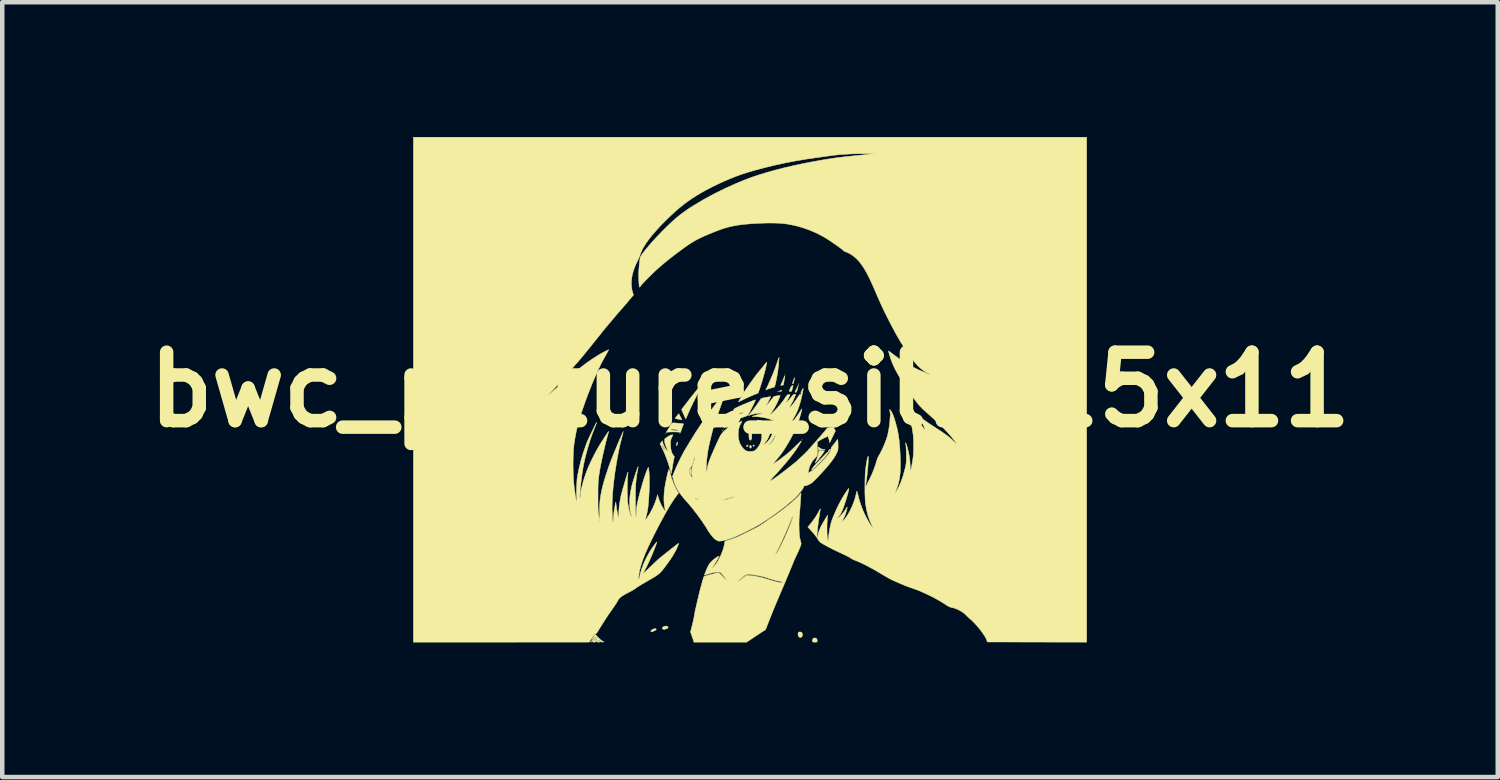
<source format=kicad_pcb>
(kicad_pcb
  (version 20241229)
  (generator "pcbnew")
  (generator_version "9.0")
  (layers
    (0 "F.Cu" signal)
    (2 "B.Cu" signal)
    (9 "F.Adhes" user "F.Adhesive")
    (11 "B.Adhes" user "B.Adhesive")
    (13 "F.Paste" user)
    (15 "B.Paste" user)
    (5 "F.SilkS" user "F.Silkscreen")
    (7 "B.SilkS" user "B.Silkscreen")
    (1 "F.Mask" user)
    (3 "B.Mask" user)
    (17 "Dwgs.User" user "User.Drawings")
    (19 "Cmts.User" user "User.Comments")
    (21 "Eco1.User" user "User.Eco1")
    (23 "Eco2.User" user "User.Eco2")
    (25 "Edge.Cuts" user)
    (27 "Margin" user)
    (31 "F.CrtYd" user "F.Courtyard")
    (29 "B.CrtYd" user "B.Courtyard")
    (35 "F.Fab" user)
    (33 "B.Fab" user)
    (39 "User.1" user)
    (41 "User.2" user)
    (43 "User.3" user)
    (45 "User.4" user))
  (footprint "bwc_picture_silk_15x11"
    (layer "F.Cu")
    (at 13.651 5.627)
    (property "Reference" "bwc_picture_silk_15x11" (at 0 0 0) (layer "F.SilkS") (effects (font (size 1.524 1.524) (thickness 0.3))))
    (attr through_hole)
    (fp_poly (pts (xy -3.858 2.463) (xy -3.861 2.467) (xy -3.865 2.463) (xy -3.861 2.459) (xy -3.858 2.463)) (stroke (width 0.01) (type solid)) (fill yes) (layer "F.SilkS"))
    (fp_poly (pts (xy -3.528 5.574) (xy -3.532 5.578) (xy -3.536 5.574) (xy -3.532 5.57) (xy -3.528 5.574)) (stroke (width 0.01) (type solid)) (fill yes) (layer "F.SilkS"))
    (fp_poly (pts (xy -2.818 0.933) (xy -2.822 0.937) (xy -2.825 0.933) (xy -2.822 0.93) (xy -2.818 0.933)) (stroke (width 0.01) (type solid)) (fill yes) (layer "F.SilkS"))
    (fp_poly (pts (xy -1.881 0.985) (xy -1.885 0.988) (xy -1.889 0.985) (xy -1.885 0.981) (xy -1.881 0.985)) (stroke (width 0.01) (type solid)) (fill yes) (layer "F.SilkS"))
    (fp_poly (pts (xy -1.559 0.977) (xy -1.563 0.981) (xy -1.566 0.977) (xy -1.563 0.974) (xy -1.559 0.977)) (stroke (width 0.01) (type solid)) (fill yes) (layer "F.SilkS"))
    (fp_poly (pts (xy -0.593 0.897) (xy -0.597 0.9) (xy -0.6 0.897) (xy -0.597 0.893) (xy -0.593 0.897)) (stroke (width 0.01) (type solid)) (fill yes) (layer "F.SilkS"))
    (fp_poly (pts (xy 0.783 -0.333) (xy 0.78 -0.329) (xy 0.776 -0.333) (xy 0.78 -0.337) (xy 0.783 -0.333)) (stroke (width 0.01) (type solid)) (fill yes) (layer "F.SilkS"))
    (fp_poly (pts (xy 1.083 -0.106) (xy 1.08 -0.102) (xy 1.076 -0.106) (xy 1.08 -0.11) (xy 1.083 -0.106)) (stroke (width 0.01) (type solid)) (fill yes) (layer "F.SilkS"))
    (fp_poly (pts (xy 1.091 -0.128) (xy 1.087 -0.124) (xy 1.083 -0.128) (xy 1.087 -0.132) (xy 1.091 -0.128)) (stroke (width 0.01) (type solid)) (fill yes) (layer "F.SilkS"))
    (fp_poly (pts (xy 1.164 1.109) (xy 1.16 1.113) (xy 1.157 1.109) (xy 1.16 1.105) (xy 1.164 1.109)) (stroke (width 0.01) (type solid)) (fill yes) (layer "F.SilkS"))
    (fp_poly (pts (xy 0.635 0.039) (xy 0.633 0.043) (xy 0.625 0.043) (xy 0.617 0.042) (xy 0.621 0.039) (xy 0.632 0.038) (xy 0.635 0.039)) (stroke (width 0.01) (type solid)) (fill yes) (layer "F.SilkS"))
    (fp_poly (pts (xy -3.552 5.612) (xy -3.554 5.614) (xy -3.561 5.621) (xy -3.562 5.622) (xy -3.562 5.617) (xy -3.561 5.614) (xy -3.554 5.607) (xy -3.553 5.607) (xy -3.552 5.612)) (stroke (width 0.01) (type solid)) (fill yes) (layer "F.SilkS"))
    (fp_poly (pts (xy -0.61 0.912) (xy -0.611 0.915) (xy -0.618 0.922) (xy -0.619 0.922) (xy -0.62 0.918) (xy -0.619 0.915) (xy -0.612 0.908) (xy -0.61 0.908) (xy -0.61 0.912)) (stroke (width 0.01) (type solid)) (fill yes) (layer "F.SilkS"))
    (fp_poly (pts (xy 0.71 0.017) (xy 0.708 0.025) (xy 0.698 0.033) (xy 0.677 0.036) (xy 0.672 0.036) (xy 0.64 0.036) (xy 0.673 0.022) (xy 0.696 0.014) (xy 0.707 0.012) (xy 0.71 0.017)) (stroke (width 0.01) (type solid)) (fill yes) (layer "F.SilkS"))
    (fp_poly (pts (xy 0.091 1.238) (xy 0.093 1.241) (xy 0.093 1.255) (xy 0.086 1.262) (xy 0.075 1.258) (xy 0.075 1.258) (xy 0.067 1.245) (xy 0.066 1.239) (xy 0.071 1.231) (xy 0.081 1.231) (xy 0.091 1.238)) (stroke (width 0.01) (type solid)) (fill yes) (layer "F.SilkS"))
    (fp_poly (pts (xy -0.045 1.235) (xy -0.045 1.247) (xy -0.054 1.261) (xy -0.055 1.262) (xy -0.067 1.272) (xy -0.073 1.272) (xy -0.077 1.266) (xy -0.077 1.254) (xy -0.07 1.24) (xy -0.059 1.231) (xy -0.055 1.23) (xy -0.045 1.235)) (stroke (width 0.01) (type solid)) (fill yes) (layer "F.SilkS"))
    (fp_poly (pts (xy -3.356 5.603) (xy -3.345 5.611) (xy -3.342 5.617) (xy -3.347 5.62) (xy -3.362 5.622) (xy -3.374 5.622) (xy -3.396 5.621) (xy -3.406 5.619) (xy -3.406 5.614) (xy -3.404 5.611) (xy -3.39 5.602) (xy -3.374 5.6) (xy -3.356 5.603)) (stroke (width 0.01) (type solid)) (fill yes) (layer "F.SilkS"))
    (fp_poly (pts (xy -1.615 1.17) (xy -1.614 1.182) (xy -1.616 1.201) (xy -1.622 1.223) (xy -1.629 1.241) (xy -1.634 1.249) (xy -1.638 1.246) (xy -1.638 1.229) (xy -1.636 1.218) (xy -1.631 1.188) (xy -1.624 1.171) (xy -1.618 1.167) (xy -1.615 1.17)) (stroke (width 0.01) (type solid)) (fill yes) (layer "F.SilkS"))
    (fp_poly (pts (xy 1.786 1.332) (xy 1.779 1.349) (xy 1.771 1.365) (xy 1.76 1.382) (xy 1.754 1.389) (xy 1.749 1.388) (xy 1.744 1.382) (xy 1.742 1.372) (xy 1.75 1.357) (xy 1.761 1.343) (xy 1.776 1.328) (xy 1.785 1.324) (xy 1.786 1.332)) (stroke (width 0.01) (type solid)) (fill yes) (layer "F.SilkS"))
    (fp_poly (pts (xy 0.015 1.239) (xy 0.023 1.248) (xy 0.028 1.264) (xy 0.028 1.284) (xy 0.028 1.286) (xy 0.02 1.298) (xy 0.007 1.302) (xy -0.002 1.298) (xy -0.006 1.286) (xy -0.007 1.267) (xy -0.003 1.249) (xy -0.003 1.249) (xy 0.005 1.238) (xy 0.015 1.239)) (stroke (width 0.01) (type solid)) (fill yes) (layer "F.SilkS"))
    (fp_poly (pts (xy -2.091 5.327) (xy -2.09 5.329) (xy -2.089 5.341) (xy -2.102 5.354) (xy -2.129 5.369) (xy -2.132 5.37) (xy -2.166 5.385) (xy -2.19 5.391) (xy -2.204 5.389) (xy -2.208 5.383) (xy -2.207 5.369) (xy -2.194 5.355) (xy -2.174 5.341) (xy -2.15 5.33) (xy -2.126 5.323) (xy -2.105 5.321) (xy -2.091 5.327)) (stroke (width 0.01) (type solid)) (fill yes) (layer "F.SilkS"))
    (fp_poly (pts (xy -1.848 5.267) (xy -1.831 5.277) (xy -1.823 5.29) (xy -1.823 5.292) (xy -1.829 5.306) (xy -1.847 5.318) (xy -1.87 5.328) (xy -1.897 5.334) (xy -1.921 5.336) (xy -1.94 5.331) (xy -1.946 5.327) (xy -1.953 5.313) (xy -1.954 5.305) (xy -1.948 5.294) (xy -1.931 5.282) (xy -1.908 5.271) (xy -1.884 5.265) (xy -1.869 5.263) (xy -1.848 5.267)) (stroke (width 0.01) (type solid)) (fill yes) (layer "F.SilkS"))
    (fp_poly (pts (xy -1.317 1.763) (xy -1.315 1.778) (xy -1.314 1.806) (xy -1.313 1.823) (xy -1.313 1.854) (xy -1.313 1.878) (xy -1.314 1.893) (xy -1.314 1.896) (xy -1.318 1.89) (xy -1.325 1.874) (xy -1.336 1.851) (xy -1.346 1.827) (xy -1.351 1.813) (xy -1.35 1.803) (xy -1.345 1.795) (xy -1.341 1.791) (xy -1.328 1.775) (xy -1.32 1.763) (xy -1.317 1.763)) (stroke (width 0.01) (type solid)) (fill yes) (layer "F.SilkS"))
    (fp_poly (pts (xy 0.992 -0.262) (xy 0.989 -0.243) (xy 0.984 -0.217) (xy 0.981 -0.201) (xy 0.974 -0.168) (xy 0.968 -0.146) (xy 0.961 -0.136) (xy 0.957 -0.133) (xy 0.946 -0.134) (xy 0.944 -0.137) (xy 0.947 -0.146) (xy 0.952 -0.164) (xy 0.961 -0.188) (xy 0.97 -0.214) (xy 0.979 -0.238) (xy 0.986 -0.257) (xy 0.991 -0.268) (xy 0.992 -0.269) (xy 0.992 -0.262)) (stroke (width 0.01) (type solid)) (fill yes) (layer "F.SilkS"))
    (fp_poly (pts (xy 1.133 5.398) (xy 1.152 5.41) (xy 1.156 5.414) (xy 1.168 5.438) (xy 1.169 5.464) (xy 1.162 5.489) (xy 1.148 5.508) (xy 1.128 5.518) (xy 1.12 5.519) (xy 1.104 5.514) (xy 1.088 5.502) (xy 1.087 5.501) (xy 1.074 5.479) (xy 1.068 5.451) (xy 1.071 5.422) (xy 1.076 5.409) (xy 1.09 5.397) (xy 1.11 5.394) (xy 1.133 5.398)) (stroke (width 0.01) (type solid)) (fill yes) (layer "F.SilkS"))
    (fp_poly (pts (xy 1.472 5.536) (xy 1.488 5.552) (xy 1.494 5.57) (xy 1.496 5.597) (xy 1.493 5.612) (xy 1.482 5.62) (xy 1.462 5.622) (xy 1.447 5.622) (xy 1.422 5.621) (xy 1.403 5.619) (xy 1.396 5.617) (xy 1.391 5.603) (xy 1.391 5.582) (xy 1.395 5.56) (xy 1.403 5.543) (xy 1.405 5.541) (xy 1.426 5.529) (xy 1.45 5.528) (xy 1.472 5.536)) (stroke (width 0.01) (type solid)) (fill yes) (layer "F.SilkS"))
    (fp_poly (pts (xy -0.457 0.761) (xy -0.471 0.77) (xy -0.476 0.774) (xy -0.501 0.791) (xy -0.526 0.81) (xy -0.535 0.817) (xy -0.56 0.838) (xy -0.575 0.85) (xy -0.582 0.853) (xy -0.581 0.848) (xy -0.575 0.835) (xy -0.571 0.829) (xy -0.558 0.81) (xy -0.541 0.795) (xy -0.515 0.782) (xy -0.509 0.779) (xy -0.479 0.766) (xy -0.46 0.758) (xy -0.453 0.757) (xy -0.457 0.761)) (stroke (width 0.01) (type solid)) (fill yes) (layer "F.SilkS"))
    (fp_poly (pts (xy 0.955 -0.069) (xy 0.95 -0.047) (xy 0.942 -0.02) (xy 0.937 -0.002) (xy 0.928 0.023) (xy 0.92 0.036) (xy 0.911 0.042) (xy 0.907 0.042) (xy 0.889 0.041) (xy 0.88 0.038) (xy 0.876 0.032) (xy 0.877 0.02) (xy 0.884 -0.000288) (xy 0.893 -0.023) (xy 0.906 -0.052) (xy 0.917 -0.071) (xy 0.928 -0.081) (xy 0.938 -0.086) (xy 0.959 -0.094) (xy 0.955 -0.069)) (stroke (width 0.01) (type solid)) (fill yes) (layer "F.SilkS"))
    (fp_poly (pts (xy 1.073 -0.085) (xy 1.07 -0.068) (xy 1.065 -0.045) (xy 1.059 -0.021) (xy 1.055 -0.007) (xy 1.046 0.025) (xy 1.037 0.045) (xy 1.028 0.055) (xy 1.016 0.059) (xy 1.014 0.059) (xy 1.006 0.058) (xy 1.003 0.056) (xy 1.003 0.049) (xy 1.008 0.035) (xy 1.019 0.012) (xy 1.034 -0.018) (xy 1.049 -0.047) (xy 1.062 -0.071) (xy 1.07 -0.087) (xy 1.074 -0.093) (xy 1.073 -0.085)) (stroke (width 0.01) (type solid)) (fill yes) (layer "F.SilkS"))
    (fp_poly (pts (xy 1.522 1.278) (xy 1.537 1.288) (xy 1.538 1.289) (xy 1.583 1.317) (xy 1.627 1.331) (xy 1.647 1.332) (xy 1.666 1.334) (xy 1.673 1.338) (xy 1.673 1.34) (xy 1.662 1.345) (xy 1.656 1.345) (xy 1.643 1.344) (xy 1.62 1.343) (xy 1.591 1.342) (xy 1.583 1.341) (xy 1.523 1.339) (xy 1.523 1.318) (xy 1.521 1.297) (xy 1.517 1.283) (xy 1.516 1.276) (xy 1.522 1.278)) (stroke (width 0.01) (type solid)) (fill yes) (layer "F.SilkS"))
    (fp_poly (pts (xy -3.445 5.525) (xy -3.437 5.529) (xy -3.424 5.542) (xy -3.418 5.553) (xy -3.424 5.564) (xy -3.437 5.569) (xy -3.451 5.563) (xy -3.459 5.56) (xy -3.469 5.564) (xy -3.485 5.577) (xy -3.499 5.589) (xy -3.517 5.605) (xy -3.53 5.615) (xy -3.535 5.616) (xy -3.536 5.616) (xy -3.531 5.606) (xy -3.52 5.59) (xy -3.505 5.569) (xy -3.488 5.549) (xy -3.473 5.533) (xy -3.467 5.527) (xy -3.456 5.522) (xy -3.445 5.525)) (stroke (width 0.01) (type solid)) (fill yes) (layer "F.SilkS"))
    (fp_poly (pts (xy 0.021 0.89) (xy 0.029 0.907) (xy 0.035 0.936) (xy 0.039 0.974) (xy 0.04 1.011) (xy 0.039 1.05) (xy 0.037 1.077) (xy 0.033 1.095) (xy 0.027 1.108) (xy 0.013 1.124) (xy -0.000168 1.125) (xy -0.012 1.111) (xy -0.016 1.103) (xy -0.021 1.081) (xy -0.024 1.048) (xy -0.025 1.011) (xy -0.023 0.973) (xy -0.019 0.939) (xy -0.013 0.914) (xy -0.012 0.913) (xy -0.001 0.892) (xy 0.011 0.885) (xy 0.021 0.89)) (stroke (width 0.01) (type solid)) (fill yes) (layer "F.SilkS"))
    (fp_poly (pts (xy -1.578 0.545) (xy -1.571 0.56) (xy -1.571 0.56) (xy -1.564 0.579) (xy -1.557 0.591) (xy -1.552 0.6) (xy -1.543 0.617) (xy -1.533 0.636) (xy -1.524 0.654) (xy -1.519 0.668) (xy -1.517 0.672) (xy -1.525 0.671) (xy -1.537 0.668) (xy -1.557 0.665) (xy -1.583 0.66) (xy -1.611 0.654) (xy -1.636 0.649) (xy -1.656 0.645) (xy -1.666 0.642) (xy -1.666 0.642) (xy -1.664 0.635) (xy -1.654 0.62) (xy -1.64 0.601) (xy -1.624 0.579) (xy -1.608 0.56) (xy -1.594 0.544) (xy -1.586 0.537) (xy -1.585 0.537) (xy -1.578 0.545)) (stroke (width 0.01) (type solid)) (fill yes) (layer "F.SilkS"))
    (fp_poly (pts (xy 1.591 1.358) (xy 1.619 1.361) (xy 1.641 1.363) (xy 1.653 1.365) (xy 1.654 1.366) (xy 1.651 1.373) (xy 1.641 1.39) (xy 1.625 1.414) (xy 1.605 1.443) (xy 1.581 1.475) (xy 1.555 1.509) (xy 1.53 1.542) (xy 1.506 1.572) (xy 1.485 1.597) (xy 1.479 1.603) (xy 1.449 1.636) (xy 1.461 1.607) (xy 1.47 1.583) (xy 1.479 1.563) (xy 1.481 1.559) (xy 1.487 1.541) (xy 1.491 1.53) (xy 1.494 1.517) (xy 1.501 1.496) (xy 1.507 1.478) (xy 1.516 1.446) (xy 1.524 1.411) (xy 1.527 1.394) (xy 1.532 1.353) (xy 1.591 1.358)) (stroke (width 0.01) (type solid)) (fill yes) (layer "F.SilkS"))
    (fp_poly (pts (xy 0.773 -0.305) (xy 0.773 -0.29) (xy 0.771 -0.268) (xy 0.767 -0.242) (xy 0.763 -0.213) (xy 0.757 -0.186) (xy 0.757 -0.184) (xy 0.752 -0.157) (xy 0.748 -0.133) (xy 0.747 -0.12) (xy 0.743 -0.106) (xy 0.737 -0.102) (xy 0.723 -0.101) (xy 0.703 -0.098) (xy 0.702 -0.098) (xy 0.687 -0.096) (xy 0.682 -0.099) (xy 0.682 -0.1) (xy 0.687 -0.11) (xy 0.696 -0.128) (xy 0.702 -0.143) (xy 0.713 -0.166) (xy 0.721 -0.186) (xy 0.725 -0.194) (xy 0.733 -0.214) (xy 0.744 -0.241) (xy 0.756 -0.271) (xy 0.765 -0.297) (xy 0.768 -0.304) (xy 0.772 -0.31) (xy 0.773 -0.305)) (stroke (width 0.01) (type solid)) (fill yes) (layer "F.SilkS"))
    (fp_poly (pts (xy 1.565 2.661) (xy 1.562 2.682) (xy 1.558 2.713) (xy 1.552 2.752) (xy 1.545 2.797) (xy 1.541 2.82) (xy 1.529 2.9) (xy 1.519 2.978) (xy 1.509 3.054) (xy 1.502 3.123) (xy 1.496 3.184) (xy 1.492 3.234) (xy 1.491 3.249) (xy 1.49 3.296) (xy 1.45 3.243) (xy 1.428 3.215) (xy 1.4 3.182) (xy 1.37 3.148) (xy 1.349 3.125) (xy 1.287 3.06) (xy 1.334 3.003) (xy 1.387 2.937) (xy 1.431 2.876) (xy 1.471 2.817) (xy 1.508 2.755) (xy 1.531 2.712) (xy 1.546 2.685) (xy 1.557 2.665) (xy 1.565 2.653) (xy 1.566 2.652) (xy 1.565 2.661)) (stroke (width 0.01) (type solid)) (fill yes) (layer "F.SilkS"))
    (fp_poly (pts (xy 1.74 1.391) (xy 1.744 1.395) (xy 1.745 1.397) (xy 1.743 1.406) (xy 1.731 1.425) (xy 1.712 1.45) (xy 1.686 1.482) (xy 1.654 1.518) (xy 1.618 1.556) (xy 1.605 1.57) (xy 1.571 1.605) (xy 1.536 1.641) (xy 1.503 1.676) (xy 1.475 1.705) (xy 1.471 1.709) (xy 1.445 1.735) (xy 1.421 1.757) (xy 1.402 1.774) (xy 1.392 1.781) (xy 1.369 1.794) (xy 1.376 1.774) (xy 1.388 1.753) (xy 1.411 1.722) (xy 1.445 1.682) (xy 1.49 1.632) (xy 1.545 1.573) (xy 1.547 1.571) (xy 1.596 1.521) (xy 1.635 1.481) (xy 1.666 1.449) (xy 1.69 1.425) (xy 1.708 1.408) (xy 1.721 1.397) (xy 1.73 1.391) (xy 1.736 1.389) (xy 1.74 1.391)) (stroke (width 0.01) (type solid)) (fill yes) (layer "F.SilkS"))
    (fp_poly (pts (xy 0.649 -0.715) (xy 0.648 -0.706) (xy 0.646 -0.685) (xy 0.643 -0.653) (xy 0.64 -0.615) (xy 0.637 -0.575) (xy 0.637 -0.575) (xy 0.619 -0.41) (xy 0.593 -0.254) (xy 0.563 -0.121) (xy 0.554 -0.088) (xy 0.545 -0.067) (xy 0.536 -0.055) (xy 0.524 -0.051) (xy 0.522 -0.051) (xy 0.511 -0.049) (xy 0.489 -0.043) (xy 0.462 -0.034) (xy 0.432 -0.024) (xy 0.404 -0.015) (xy 0.38 -0.006) (xy 0.366 0.000142) (xy 0.365 0.001) (xy 0.354 0.005) (xy 0.351 0.004) (xy 0.354 -0.004) (xy 0.363 -0.022) (xy 0.374 -0.046) (xy 0.377 -0.052) (xy 0.392 -0.081) (xy 0.41 -0.122) (xy 0.431 -0.169) (xy 0.454 -0.221) (xy 0.477 -0.274) (xy 0.498 -0.324) (xy 0.517 -0.369) (xy 0.53 -0.403) (xy 0.542 -0.432) (xy 0.552 -0.458) (xy 0.559 -0.475) (xy 0.56 -0.479) (xy 0.564 -0.491) (xy 0.572 -0.514) (xy 0.583 -0.545) (xy 0.597 -0.583) (xy 0.609 -0.619) (xy 0.624 -0.662) (xy 0.635 -0.693) (xy 0.643 -0.711) (xy 0.647 -0.718) (xy 0.649 -0.715)) (stroke (width 0.01) (type solid)) (fill yes) (layer "F.SilkS"))
    (fp_poly (pts (xy -3.436 5.457) (xy -3.429 5.465) (xy -3.427 5.468) (xy -3.412 5.488) (xy -3.388 5.513) (xy -3.36 5.54) (xy -3.331 5.566) (xy -3.304 5.587) (xy -3.288 5.598) (xy -3.254 5.618) (xy -3.284 5.62) (xy -3.307 5.62) (xy -3.324 5.612) (xy -3.333 5.604) (xy -3.357 5.588) (xy -3.383 5.587) (xy -3.411 5.601) (xy -3.415 5.603) (xy -3.441 5.617) (xy -3.471 5.622) (xy -3.473 5.622) (xy -3.493 5.621) (xy -3.505 5.618) (xy -3.506 5.616) (xy -3.501 5.607) (xy -3.489 5.594) (xy -3.485 5.59) (xy -3.47 5.577) (xy -3.46 5.574) (xy -3.449 5.579) (xy -3.449 5.579) (xy -3.436 5.584) (xy -3.425 5.58) (xy -3.418 5.573) (xy -3.407 5.56) (xy -3.408 5.548) (xy -3.411 5.542) (xy -3.423 5.526) (xy -3.436 5.515) (xy -3.453 5.508) (xy -3.47 5.512) (xy -3.49 5.528) (xy -3.502 5.542) (xy -3.515 5.556) (xy -3.52 5.56) (xy -3.517 5.552) (xy -3.505 5.534) (xy -3.491 5.512) (xy -3.47 5.483) (xy -3.455 5.465) (xy -3.445 5.456) (xy -3.436 5.457)) (stroke (width 0.01) (type solid)) (fill yes) (layer "F.SilkS"))
    (fp_poly (pts (xy -1.693 0.74) (xy -1.665 0.742) (xy -1.63 0.745) (xy -1.592 0.748) (xy -1.556 0.752) (xy -1.525 0.755) (xy -1.503 0.758) (xy -1.503 0.758) (xy -1.479 0.762) (xy -1.498 0.811) (xy -1.51 0.845) (xy -1.523 0.881) (xy -1.532 0.906) (xy -1.547 0.951) (xy -1.581 0.946) (xy -1.606 0.944) (xy -1.642 0.942) (xy -1.684 0.941) (xy -1.728 0.941) (xy -1.77 0.942) (xy -1.806 0.943) (xy -1.831 0.946) (xy -1.831 0.946) (xy -1.866 0.951) (xy -1.829 0.891) (xy -1.77 0.891) (xy -1.766 0.895) (xy -1.751 0.899) (xy -1.724 0.902) (xy -1.709 0.903) (xy -1.679 0.907) (xy -1.65 0.911) (xy -1.636 0.914) (xy -1.61 0.919) (xy -1.596 0.921) (xy -1.589 0.919) (xy -1.588 0.916) (xy -1.595 0.907) (xy -1.613 0.899) (xy -1.639 0.891) (xy -1.669 0.885) (xy -1.7 0.881) (xy -1.729 0.88) (xy -1.752 0.881) (xy -1.764 0.885) (xy -1.77 0.891) (xy -1.829 0.891) (xy -1.828 0.889) (xy -1.811 0.861) (xy -1.796 0.837) (xy -1.785 0.819) (xy -1.782 0.814) (xy -1.763 0.782) (xy -1.748 0.76) (xy -1.736 0.747) (xy -1.725 0.741) (xy -1.713 0.739) (xy -1.711 0.739) (xy -1.693 0.74)) (stroke (width 0.01) (type solid)) (fill yes) (layer "F.SilkS"))
    (fp_poly (pts (xy -0.981 -0.239) (xy -0.984 -0.231) (xy -0.994 -0.213) (xy -1.009 -0.187) (xy -1.028 -0.154) (xy -1.042 -0.13) (xy -1.1 -0.029) (xy -1.16 0.08) (xy -1.219 0.196) (xy -1.278 0.313) (xy -1.332 0.428) (xy -1.38 0.536) (xy -1.383 0.543) (xy -1.396 0.574) (xy -1.409 0.603) (xy -1.418 0.624) (xy -1.422 0.631) (xy -1.432 0.651) (xy -1.455 0.602) (xy -1.475 0.556) (xy -1.493 0.516) (xy -1.508 0.483) (xy -1.517 0.459) (xy -1.522 0.445) (xy -1.523 0.443) (xy -1.518 0.436) (xy -1.507 0.42) (xy -1.49 0.397) (xy -1.469 0.369) (xy -1.446 0.339) (xy -1.423 0.309) (xy -1.402 0.282) (xy -1.384 0.259) (xy -1.376 0.25) (xy -1.366 0.236) (xy -1.361 0.227) (xy -1.356 0.218) (xy -1.356 0.218) (xy -1.35 0.212) (xy -1.336 0.196) (xy -1.317 0.173) (xy -1.294 0.144) (xy -1.281 0.128) (xy -1.256 0.096) (xy -1.233 0.068) (xy -1.214 0.045) (xy -1.202 0.029) (xy -1.199 0.026) (xy -1.188 0.013) (xy -1.17 -0.009) (xy -1.147 -0.038) (xy -1.12 -0.07) (xy -1.092 -0.104) (xy -1.074 -0.126) (xy -1.055 -0.149) (xy -1.033 -0.178) (xy -1.014 -0.201) (xy -0.998 -0.221) (xy -0.986 -0.235) (xy -0.981 -0.239) (xy -0.981 -0.239)) (stroke (width 0.01) (type solid)) (fill yes) (layer "F.SilkS"))
    (fp_poly (pts (xy 0.373 -0.611) (xy 0.371 -0.596) (xy 0.371 -0.593) (xy 0.361 -0.54) (xy 0.347 -0.475) (xy 0.328 -0.4) (xy 0.305 -0.316) (xy 0.279 -0.225) (xy 0.25 -0.129) (xy 0.218 -0.03) (xy 0.211 -0.01) (xy 0.199 0.027) (xy 0.189 0.052) (xy 0.182 0.068) (xy 0.174 0.078) (xy 0.166 0.083) (xy 0.159 0.086) (xy 0.134 0.095) (xy 0.099 0.109) (xy 0.056 0.127) (xy 0.009 0.148) (xy -0.04 0.169) (xy -0.088 0.191) (xy -0.132 0.212) (xy -0.15 0.22) (xy -0.19 0.24) (xy -0.218 0.254) (xy -0.237 0.263) (xy -0.248 0.268) (xy -0.254 0.27) (xy -0.256 0.271) (xy -0.256 0.269) (xy -0.256 0.268) (xy -0.253 0.261) (xy -0.243 0.244) (xy -0.23 0.221) (xy -0.225 0.212) (xy -0.207 0.181) (xy -0.194 0.16) (xy -0.184 0.143) (xy -0.175 0.129) (xy -0.165 0.114) (xy -0.159 0.104) (xy -0.148 0.086) (xy -0.14 0.073) (xy -0.139 0.07) (xy -0.135 0.061) (xy -0.123 0.041) (xy -0.105 0.014) (xy -0.081 -0.021) (xy -0.054 -0.061) (xy -0.023 -0.105) (xy 0.009 -0.151) (xy 0.043 -0.198) (xy 0.075 -0.243) (xy 0.107 -0.286) (xy 0.135 -0.324) (xy 0.16 -0.357) (xy 0.18 -0.382) (xy 0.193 -0.398) (xy 0.198 -0.403) (xy 0.203 -0.409) (xy 0.217 -0.425) (xy 0.236 -0.448) (xy 0.258 -0.476) (xy 0.264 -0.483) (xy 0.288 -0.513) (xy 0.31 -0.539) (xy 0.327 -0.56) (xy 0.337 -0.573) (xy 0.338 -0.574) (xy 0.353 -0.592) (xy 0.363 -0.604) (xy 0.37 -0.613) (xy 0.373 -0.611)) (stroke (width 0.01) (type solid)) (fill yes) (layer "F.SilkS"))
    (fp_poly (pts (xy 0.12 0.233) (xy 0.113 0.25) (xy 0.102 0.275) (xy 0.088 0.307) (xy 0.071 0.342) (xy 0.053 0.379) (xy 0.035 0.416) (xy 0.028 0.429) (xy 0.001 0.482) (xy -0.021 0.522) (xy -0.039 0.55) (xy -0.053 0.569) (xy -0.06 0.576) (xy -0.07 0.582) (xy -0.092 0.591) (xy -0.122 0.602) (xy -0.157 0.614) (xy -0.169 0.618) (xy -0.209 0.631) (xy -0.247 0.644) (xy -0.281 0.656) (xy -0.305 0.665) (xy -0.307 0.666) (xy -0.334 0.676) (xy -0.359 0.685) (xy -0.371 0.689) (xy -0.387 0.695) (xy -0.413 0.706) (xy -0.443 0.72) (xy -0.461 0.728) (xy -0.489 0.742) (xy -0.512 0.753) (xy -0.527 0.76) (xy -0.531 0.761) (xy -0.529 0.755) (xy -0.522 0.74) (xy -0.51 0.717) (xy -0.505 0.708) (xy -0.487 0.677) (xy -0.47 0.655) (xy -0.451 0.64) (xy -0.445 0.637) (xy -0.414 0.62) (xy -0.374 0.601) (xy -0.328 0.581) (xy -0.279 0.562) (xy -0.233 0.545) (xy -0.212 0.537) (xy -0.184 0.528) (xy -0.16 0.519) (xy -0.146 0.513) (xy -0.143 0.511) (xy -0.142 0.506) (xy -0.152 0.505) (xy -0.172 0.508) (xy -0.199 0.515) (xy -0.205 0.516) (xy -0.256 0.531) (xy -0.296 0.543) (xy -0.327 0.554) (xy -0.354 0.565) (xy -0.38 0.577) (xy -0.397 0.585) (xy -0.453 0.614) (xy -0.434 0.576) (xy -0.422 0.552) (xy -0.404 0.521) (xy -0.386 0.488) (xy -0.38 0.479) (xy -0.345 0.42) (xy -0.255 0.377) (xy -0.217 0.36) (xy -0.174 0.341) (xy -0.126 0.321) (xy -0.078 0.301) (xy -0.03 0.281) (xy 0.015 0.264) (xy 0.054 0.249) (xy 0.087 0.237) (xy 0.11 0.229) (xy 0.122 0.227) (xy 0.12 0.233)) (stroke (width 0.01) (type solid)) (fill yes) (layer "F.SilkS"))
    (fp_poly (pts (xy -1.717 1.006) (xy -1.72 1.015) (xy -1.728 1.033) (xy -1.734 1.044) (xy -1.751 1.08) (xy -1.762 1.113) (xy -1.768 1.148) (xy -1.771 1.187) (xy -1.77 1.237) (xy -1.769 1.247) (xy -1.764 1.308) (xy -1.755 1.358) (xy -1.742 1.4) (xy -1.722 1.438) (xy -1.709 1.457) (xy -1.684 1.493) (xy -1.694 1.535) (xy -1.699 1.561) (xy -1.706 1.596) (xy -1.713 1.634) (xy -1.717 1.654) (xy -1.724 1.696) (xy -1.731 1.742) (xy -1.739 1.785) (xy -1.741 1.799) (xy -1.753 1.866) (xy -1.778 1.781) (xy -1.822 1.635) (xy -1.87 1.501) (xy -1.922 1.375) (xy -1.977 1.258) (xy -1.983 1.246) (xy -1.957 1.246) (xy -1.952 1.265) (xy -1.942 1.288) (xy -1.93 1.312) (xy -1.916 1.332) (xy -1.911 1.338) (xy -1.897 1.35) (xy -1.892 1.351) (xy -1.894 1.341) (xy -1.905 1.321) (xy -1.91 1.314) (xy -1.924 1.289) (xy -1.936 1.264) (xy -1.94 1.254) (xy -1.948 1.237) (xy -1.955 1.235) (xy -1.956 1.236) (xy -1.957 1.246) (xy -1.983 1.246) (xy -2.005 1.203) (xy -1.977 1.171) (xy -1.949 1.139) (xy -1.944 1.174) (xy -1.936 1.205) (xy -1.92 1.242) (xy -1.901 1.281) (xy -1.879 1.317) (xy -1.857 1.345) (xy -1.854 1.349) (xy -1.839 1.363) (xy -1.828 1.372) (xy -1.825 1.373) (xy -1.827 1.366) (xy -1.834 1.349) (xy -1.845 1.324) (xy -1.856 1.301) (xy -1.881 1.242) (xy -1.896 1.19) (xy -1.903 1.141) (xy -1.903 1.124) (xy -1.903 1.111) (xy -1.9 1.1) (xy -1.893 1.09) (xy -1.878 1.079) (xy -1.855 1.063) (xy -1.84 1.052) (xy -1.812 1.035) (xy -1.787 1.021) (xy -1.768 1.012) (xy -1.761 1.01) (xy -1.741 1.008) (xy -1.729 1.005) (xy -1.72 1.004) (xy -1.717 1.006)) (stroke (width 0.01) (type solid)) (fill yes) (layer "F.SilkS"))
    (fp_poly (pts (xy 1.132 2.368) (xy 1.126 2.466) (xy 1.118 2.57) (xy 1.11 2.674) (xy 1.101 2.77) (xy 1.101 2.775) (xy 1.096 2.828) (xy 1.093 2.88) (xy 1.092 2.935) (xy 1.091 2.996) (xy 1.093 3.069) (xy 1.093 3.071) (xy 1.094 3.137) (xy 1.097 3.191) (xy 1.1 3.236) (xy 1.105 3.275) (xy 1.111 3.312) (xy 1.119 3.348) (xy 1.13 3.387) (xy 1.131 3.393) (xy 1.137 3.413) (xy 1.138 3.429) (xy 1.135 3.446) (xy 1.128 3.47) (xy 1.124 3.481) (xy 1.111 3.516) (xy 1.096 3.553) (xy 1.085 3.579) (xy 1.071 3.609) (xy 1.055 3.644) (xy 1.039 3.68) (xy 1.022 3.715) (xy 1.008 3.746) (xy 0.996 3.769) (xy 0.99 3.783) (xy 0.989 3.784) (xy 0.984 3.796) (xy 0.975 3.817) (xy 0.964 3.845) (xy 0.956 3.865) (xy 0.944 3.896) (xy 0.933 3.923) (xy 0.925 3.942) (xy 0.922 3.949) (xy 0.917 3.962) (xy 0.907 3.985) (xy 0.895 4.013) (xy 0.889 4.03) (xy 0.88 4.052) (xy 0.866 4.086) (xy 0.848 4.129) (xy 0.826 4.179) (xy 0.803 4.234) (xy 0.778 4.293) (xy 0.758 4.341) (xy 0.711 4.45) (xy 0.669 4.549) (xy 0.632 4.637) (xy 0.598 4.717) (xy 0.567 4.791) (xy 0.538 4.86) (xy 0.511 4.926) (xy 0.485 4.991) (xy 0.459 5.057) (xy 0.432 5.125) (xy 0.403 5.198) (xy 0.383 5.25) (xy 0.346 5.343) (xy 0.281 5.386) (xy 0.256 5.402) (xy 0.221 5.425) (xy 0.179 5.453) (xy 0.134 5.482) (xy 0.088 5.513) (xy 0.071 5.525) (xy -0.075 5.622) (xy -1.25 5.622) (xy -1.254 5.605) (xy -1.258 5.592) (xy -1.265 5.569) (xy -1.276 5.538) (xy -1.288 5.502) (xy -1.292 5.492) (xy -1.326 5.394) (xy -1.314 5.349) (xy -1.295 5.276) (xy -1.28 5.215) (xy -1.267 5.161) (xy -1.256 5.112) (xy -1.247 5.065) (xy -1.238 5.017) (xy -1.237 5.007) (xy -1.23 4.968) (xy -1.223 4.929) (xy -1.216 4.896) (xy -1.212 4.879) (xy -1.206 4.855) (xy -1.198 4.821) (xy -1.189 4.781) (xy -1.18 4.74) (xy -1.178 4.732) (xy -1.166 4.681) (xy -1.153 4.626) (xy -1.14 4.571) (xy -1.127 4.517) (xy -1.115 4.469) (xy -1.105 4.428) (xy -1.096 4.398) (xy -1.095 4.392) (xy -1.087 4.367) (xy -1.079 4.335) (xy -1.072 4.311) (xy -1.061 4.271) (xy -0.262 4.271) (xy -0.262 4.271) (xy -0.255 4.269) (xy -0.24 4.259) (xy -0.219 4.242) (xy -0.211 4.234) (xy -0.182 4.21) (xy -0.151 4.185) (xy -0.122 4.164) (xy -0.121 4.163) (xy -0.077 4.134) (xy -0.007 4.138) (xy 0.084 4.147) (xy 0.187 4.166) (xy 0.299 4.193) (xy 0.42 4.229) (xy 0.427 4.232) (xy 0.487 4.25) (xy 0.544 4.266) (xy 0.596 4.279) (xy 0.642 4.289) (xy 0.68 4.295) (xy 0.709 4.297) (xy 0.726 4.296) (xy 0.732 4.29) (xy 0.731 4.287) (xy 0.726 4.284) (xy 0.715 4.281) (xy 0.696 4.276) (xy 0.668 4.27) (xy 0.628 4.261) (xy 0.604 4.256) (xy 0.577 4.249) (xy 0.545 4.241) (xy 0.506 4.23) (xy 0.459 4.216) (xy 0.401 4.198) (xy 0.355 4.183) (xy 0.311 4.17) (xy 0.258 4.157) (xy 0.2 4.145) (xy 0.141 4.134) (xy 0.083 4.125) (xy 0.03 4.117) (xy -0.013 4.113) (xy -0.03 4.113) (xy -0.063 4.115) (xy -0.091 4.123) (xy -0.108 4.132) (xy -0.127 4.144) (xy -0.15 4.162) (xy -0.176 4.183) (xy -0.202 4.205) (xy -0.226 4.228) (xy -0.245 4.247) (xy -0.258 4.262) (xy -0.262 4.271) (xy -1.061 4.271) (xy -1.06 4.267) (xy -1.047 4.224) (xy -1.036 4.188) (xy -1.031 4.172) (xy -1.026 4.163) (xy -1.016 4.155) (xy -0.998 4.148) (xy -0.97 4.14) (xy -0.961 4.137) (xy -0.926 4.128) (xy -0.883 4.117) (xy -0.839 4.106) (xy -0.813 4.099) (xy -0.768 4.087) (xy -0.734 4.081) (xy -0.707 4.081) (xy -0.685 4.087) (xy -0.664 4.1) (xy -0.641 4.122) (xy -0.617 4.15) (xy -0.582 4.187) (xy -0.555 4.215) (xy -0.536 4.232) (xy -0.525 4.238) (xy -0.524 4.237) (xy -0.527 4.231) (xy -0.537 4.216) (xy -0.554 4.194) (xy -0.573 4.169) (xy -0.595 4.143) (xy -0.615 4.118) (xy -0.634 4.096) (xy -0.648 4.081) (xy -0.654 4.076) (xy -0.674 4.067) (xy -0.705 4.062) (xy -0.744 4.063) (xy -0.787 4.067) (xy -0.831 4.076) (xy -0.849 4.081) (xy -0.883 4.091) (xy -0.917 4.101) (xy -0.943 4.109) (xy -0.948 4.11) (xy -0.973 4.117) (xy -0.994 4.123) (xy -1.001 4.125) (xy -1.017 4.13) (xy -0.999 4.08) (xy -0.974 4.017) (xy -0.952 3.966) (xy -0.932 3.925) (xy -0.912 3.891) (xy -0.891 3.862) (xy -0.876 3.845) (xy -0.849 3.818) (xy -0.82 3.791) (xy -0.794 3.769) (xy -0.791 3.766) (xy -0.768 3.75) (xy -0.743 3.733) (xy -0.72 3.72) (xy -0.701 3.71) (xy -0.69 3.707) (xy -0.688 3.708) (xy -0.692 3.718) (xy -0.702 3.739) (xy -0.717 3.767) (xy -0.736 3.799) (xy -0.757 3.834) (xy -0.778 3.869) (xy -0.79 3.887) (xy -0.809 3.916) (xy -0.824 3.941) (xy -0.834 3.959) (xy -0.837 3.967) (xy -0.837 3.967) (xy -0.83 3.964) (xy -0.817 3.953) (xy -0.802 3.937) (xy -0.757 3.881) (xy -0.714 3.814) (xy -0.674 3.738) (xy -0.646 3.678) (xy 0.564 3.678) (xy 0.586 3.653) (xy 0.596 3.638) (xy 0.612 3.613) (xy 0.63 3.58) (xy 0.651 3.543) (xy 0.662 3.52) (xy 0.694 3.457) (xy 0.727 3.389) (xy 0.76 3.319) (xy 0.792 3.247) (xy 0.823 3.177) (xy 0.852 3.109) (xy 0.879 3.045) (xy 0.902 2.986) (xy 0.921 2.936) (xy 0.935 2.894) (xy 0.944 2.863) (xy 0.946 2.853) (xy 0.947 2.834) (xy 0.944 2.826) (xy 0.938 2.83) (xy 0.933 2.846) (xy 0.927 2.864) (xy 0.917 2.894) (xy 0.901 2.933) (xy 0.882 2.981) (xy 0.86 3.035) (xy 0.835 3.093) (xy 0.808 3.154) (xy 0.781 3.216) (xy 0.754 3.276) (xy 0.72 3.351) (xy 0.691 3.414) (xy 0.666 3.465) (xy 0.646 3.508) (xy 0.63 3.541) (xy 0.616 3.568) (xy 0.614 3.572) (xy 0.599 3.601) (xy 0.585 3.628) (xy 0.575 3.649) (xy 0.574 3.652) (xy 0.564 3.678) (xy -0.646 3.678) (xy -0.637 3.658) (xy -0.606 3.575) (xy -0.582 3.495) (xy -0.566 3.418) (xy -0.562 3.39) (xy -0.554 3.373) (xy -0.542 3.367) (xy -0.525 3.362) (xy -0.5 3.355) (xy -0.476 3.348) (xy -0.432 3.335) (xy -0.382 3.317) (xy -0.329 3.298) (xy -0.28 3.278) (xy -0.258 3.268) (xy -0.235 3.257) (xy -0.202 3.241) (xy -0.161 3.221) (xy -0.115 3.198) (xy -0.066 3.174) (xy -0.016 3.149) (xy 0.032 3.125) (xy 0.077 3.103) (xy 0.116 3.083) (xy 0.147 3.068) (xy 0.168 3.057) (xy 0.172 3.054) (xy 0.194 3.042) (xy 0.222 3.024) (xy 0.254 3.004) (xy 0.287 2.982) (xy 0.318 2.962) (xy 0.343 2.945) (xy 0.361 2.932) (xy 0.366 2.927) (xy 0.376 2.919) (xy 0.396 2.905) (xy 0.422 2.887) (xy 0.443 2.873) (xy 0.539 2.808) (xy 0.634 2.74) (xy 0.727 2.671) (xy 0.815 2.602) (xy 0.896 2.535) (xy 0.971 2.47) (xy 1.036 2.409) (xy 1.09 2.354) (xy 1.101 2.342) (xy 1.136 2.302) (xy 1.132 2.368)) (stroke (width 0.01) (type solid)) (fill yes) (layer "F.SilkS"))
    (fp_poly (pts (xy 1.186 -0.028) (xy 1.184 -0.017) (xy 1.181 0.005) (xy 1.175 0.037) (xy 1.167 0.076) (xy 1.16 0.113) (xy 1.14 0.203) (xy 1.116 0.292) (xy 1.089 0.377) (xy 1.061 0.455) (xy 1.031 0.523) (xy 1.002 0.579) (xy 0.987 0.605) (xy 0.97 0.635) (xy 0.959 0.656) (xy 0.941 0.686) (xy 0.919 0.719) (xy 0.903 0.741) (xy 0.887 0.762) (xy 0.876 0.779) (xy 0.871 0.787) (xy 0.871 0.787) (xy 0.875 0.789) (xy 0.887 0.782) (xy 0.904 0.766) (xy 0.924 0.744) (xy 0.938 0.727) (xy 0.974 0.682) (xy 1.004 0.644) (xy 1.029 0.61) (xy 1.053 0.577) (xy 1.078 0.541) (xy 1.099 0.509) (xy 1.119 0.479) (xy 1.136 0.454) (xy 1.149 0.437) (xy 1.156 0.43) (xy 1.157 0.43) (xy 1.155 0.441) (xy 1.149 0.463) (xy 1.142 0.494) (xy 1.132 0.529) (xy 1.122 0.567) (xy 1.111 0.604) (xy 1.103 0.633) (xy 1.06 0.759) (xy 1.005 0.89) (xy 0.94 1.026) (xy 0.865 1.163) (xy 0.782 1.301) (xy 0.725 1.386) (xy 0.707 1.412) (xy 0.683 1.444) (xy 0.655 1.48) (xy 0.624 1.518) (xy 0.594 1.555) (xy 0.565 1.589) (xy 0.541 1.618) (xy 0.522 1.638) (xy 0.515 1.645) (xy 0.503 1.657) (xy 0.501 1.661) (xy 0.509 1.658) (xy 0.526 1.648) (xy 0.551 1.632) (xy 0.582 1.611) (xy 0.62 1.585) (xy 0.662 1.555) (xy 0.707 1.521) (xy 0.743 1.494) (xy 0.784 1.463) (xy 0.823 1.432) (xy 0.861 1.4) (xy 0.901 1.365) (xy 0.944 1.325) (xy 0.993 1.278) (xy 1.046 1.226) (xy 1.084 1.189) (xy 1.112 1.162) (xy 1.131 1.146) (xy 1.141 1.14) (xy 1.142 1.144) (xy 1.136 1.159) (xy 1.121 1.185) (xy 1.099 1.222) (xy 1.093 1.232) (xy 1.04 1.314) (xy 0.976 1.405) (xy 0.901 1.504) (xy 0.815 1.609) (xy 0.72 1.72) (xy 0.616 1.838) (xy 0.583 1.873) (xy 0.538 1.922) (xy 0.503 1.961) (xy 0.477 1.99) (xy 0.459 2.011) (xy 0.448 2.025) (xy 0.445 2.032) (xy 0.448 2.034) (xy 0.457 2.03) (xy 0.472 2.022) (xy 0.488 2.013) (xy 0.51 1.999) (xy 0.541 1.978) (xy 0.579 1.95) (xy 0.624 1.918) (xy 0.673 1.881) (xy 0.725 1.841) (xy 0.779 1.8) (xy 0.833 1.758) (xy 0.885 1.717) (xy 0.935 1.678) (xy 0.98 1.642) (xy 1.019 1.61) (xy 1.05 1.583) (xy 1.072 1.563) (xy 1.083 1.552) (xy 1.09 1.546) (xy 1.105 1.531) (xy 1.127 1.511) (xy 1.154 1.486) (xy 1.169 1.473) (xy 1.206 1.438) (xy 1.246 1.397) (xy 1.285 1.357) (xy 1.318 1.32) (xy 1.319 1.319) (xy 1.347 1.286) (xy 1.376 1.254) (xy 1.402 1.224) (xy 1.422 1.202) (xy 1.423 1.2) (xy 1.459 1.162) (xy 1.498 1.117) (xy 1.54 1.069) (xy 1.582 1.021) (xy 1.622 0.973) (xy 1.659 0.93) (xy 1.69 0.892) (xy 1.714 0.862) (xy 1.718 0.857) (xy 1.726 0.854) (xy 1.744 0.851) (xy 1.768 0.846) (xy 1.795 0.842) (xy 1.821 0.838) (xy 1.84 0.835) (xy 1.846 0.835) (xy 1.858 0.842) (xy 1.872 0.862) (xy 1.88 0.877) (xy 1.901 0.919) (xy 1.838 1.05) (xy 1.775 1.18) (xy 1.765 1.137) (xy 1.758 1.107) (xy 1.748 1.077) (xy 1.738 1.05) (xy 1.728 1.029) (xy 1.72 1.018) (xy 1.718 1.017) (xy 1.715 1.023) (xy 1.717 1.033) (xy 1.717 1.045) (xy 1.706 1.052) (xy 1.704 1.052) (xy 1.685 1.059) (xy 1.658 1.072) (xy 1.626 1.087) (xy 1.594 1.104) (xy 1.565 1.121) (xy 1.544 1.134) (xy 1.538 1.139) (xy 1.522 1.15) (xy 1.514 1.149) (xy 1.513 1.147) (xy 1.508 1.139) (xy 1.504 1.144) (xy 1.501 1.159) (xy 1.499 1.182) (xy 1.498 1.212) (xy 1.498 1.247) (xy 1.499 1.283) (xy 1.502 1.321) (xy 1.504 1.333) (xy 1.505 1.401) (xy 1.5 1.432) (xy 1.496 1.455) (xy 1.49 1.472) (xy 1.481 1.488) (xy 1.466 1.505) (xy 1.444 1.528) (xy 1.439 1.533) (xy 1.387 1.594) (xy 1.347 1.664) (xy 1.318 1.74) (xy 1.307 1.79) (xy 1.301 1.825) (xy 1.298 1.853) (xy 1.296 1.873) (xy 1.297 1.882) (xy 1.3 1.88) (xy 1.304 1.867) (xy 1.31 1.852) (xy 1.32 1.841) (xy 1.336 1.83) (xy 1.362 1.817) (xy 1.378 1.809) (xy 1.394 1.799) (xy 1.411 1.786) (xy 1.431 1.769) (xy 1.456 1.746) (xy 1.486 1.717) (xy 1.524 1.679) (xy 1.556 1.648) (xy 1.595 1.607) (xy 1.633 1.568) (xy 1.667 1.532) (xy 1.696 1.5) (xy 1.719 1.475) (xy 1.732 1.459) (xy 1.756 1.425) (xy 1.776 1.39) (xy 1.792 1.359) (xy 1.802 1.332) (xy 1.805 1.314) (xy 1.805 1.311) (xy 1.805 1.3) (xy 1.813 1.284) (xy 1.829 1.261) (xy 1.839 1.25) (xy 1.863 1.22) (xy 1.89 1.185) (xy 1.914 1.154) (xy 1.914 1.153) (xy 1.932 1.129) (xy 1.943 1.115) (xy 1.949 1.11) (xy 1.953 1.113) (xy 1.955 1.123) (xy 1.955 1.124) (xy 1.957 1.139) (xy 1.959 1.166) (xy 1.96 1.2) (xy 1.961 1.238) (xy 1.961 1.242) (xy 1.961 1.282) (xy 1.96 1.312) (xy 1.958 1.334) (xy 1.954 1.352) (xy 1.948 1.37) (xy 1.942 1.385) (xy 1.92 1.432) (xy 1.893 1.481) (xy 1.861 1.532) (xy 1.822 1.586) (xy 1.777 1.645) (xy 1.724 1.709) (xy 1.663 1.779) (xy 1.592 1.857) (xy 1.511 1.943) (xy 1.506 1.949) (xy 1.471 1.984) (xy 1.438 2.018) (xy 1.407 2.047) (xy 1.382 2.07) (xy 1.363 2.085) (xy 1.36 2.087) (xy 1.327 2.105) (xy 1.29 2.122) (xy 1.253 2.135) (xy 1.22 2.143) (xy 1.204 2.145) (xy 1.187 2.147) (xy 1.179 2.151) (xy 1.179 2.152) (xy 1.184 2.158) (xy 1.19 2.159) (xy 1.196 2.161) (xy 1.195 2.169) (xy 1.186 2.186) (xy 1.185 2.189) (xy 1.153 2.239) (xy 1.109 2.294) (xy 1.056 2.354) (xy 0.996 2.415) (xy 0.93 2.476) (xy 0.889 2.51) (xy 0.862 2.533) (xy 0.84 2.552) (xy 0.823 2.566) (xy 0.816 2.573) (xy 0.807 2.581) (xy 0.787 2.597) (xy 0.759 2.618) (xy 0.726 2.644) (xy 0.688 2.672) (xy 0.648 2.702) (xy 0.608 2.732) (xy 0.569 2.76) (xy 0.534 2.785) (xy 0.509 2.803) (xy 0.435 2.855) (xy 0.37 2.899) (xy 0.313 2.937) (xy 0.261 2.971) (xy 0.212 3.001) (xy 0.164 3.029) (xy 0.114 3.057) (xy 0.06 3.086) (xy 0.000118 3.116) (xy -0.062 3.147) (xy -0.12 3.176) (xy -0.176 3.203) (xy -0.23 3.229) (xy -0.278 3.252) (xy -0.319 3.27) (xy -0.35 3.284) (xy -0.366 3.291) (xy -0.425 3.312) (xy -0.483 3.331) (xy -0.539 3.347) (xy -0.59 3.36) (xy -0.635 3.368) (xy -0.671 3.372) (xy -0.696 3.372) (xy -0.703 3.37) (xy -0.742 3.352) (xy -0.772 3.335) (xy -0.798 3.314) (xy -0.81 3.302) (xy -0.839 3.268) (xy -0.871 3.229) (xy -0.901 3.188) (xy -0.928 3.149) (xy -0.947 3.118) (xy -0.96 3.095) (xy -0.978 3.065) (xy -0.999 3.033) (xy -1.009 3.018) (xy -1.027 2.991) (xy -1.043 2.967) (xy -1.054 2.95) (xy -1.058 2.944) (xy -1.065 2.933) (xy -1.078 2.914) (xy -1.096 2.889) (xy -1.116 2.862) (xy -1.136 2.833) (xy -1.156 2.807) (xy -1.172 2.785) (xy -1.182 2.771) (xy -1.186 2.767) (xy -1.193 2.759) (xy -1.204 2.744) (xy -1.212 2.734) (xy -1.272 2.655) (xy -1.335 2.578) (xy -1.393 2.512) (xy -1.442 2.456) (xy -0.607 2.456) (xy -0.602 2.457) (xy -0.588 2.456) (xy -0.567 2.453) (xy -0.541 2.448) (xy -0.512 2.442) (xy -0.484 2.435) (xy -0.479 2.433) (xy -0.445 2.423) (xy -0.412 2.411) (xy -0.385 2.401) (xy -0.365 2.391) (xy -0.355 2.385) (xy -0.356 2.382) (xy -0.366 2.383) (xy -0.386 2.388) (xy -0.411 2.396) (xy -0.413 2.397) (xy -0.446 2.409) (xy -0.485 2.42) (xy -0.522 2.43) (xy -0.522 2.43) (xy -0.553 2.437) (xy -0.579 2.445) (xy -0.598 2.45) (xy -0.6 2.451) (xy -0.607 2.456) (xy -1.442 2.456) (xy -1.462 2.433) (xy -1.465 2.43) (xy -1.222 2.43) (xy -1.216 2.438) (xy -1.198 2.445) (xy -1.174 2.449) (xy -1.149 2.451) (xy -1.116 2.451) (xy -1.146 2.442) (xy -1.179 2.432) (xy -1.204 2.427) (xy -1.219 2.427) (xy -1.222 2.43) (xy -1.465 2.43) (xy -1.521 2.361) (xy -1.571 2.294) (xy -1.612 2.23) (xy -1.646 2.167) (xy -1.674 2.103) (xy -1.697 2.037) (xy -1.712 1.982) (xy -1.726 1.93) (xy -1.683 1.822) (xy -1.36 1.822) (xy -1.354 1.844) (xy -1.341 1.874) (xy -1.334 1.889) (xy -1.323 1.908) (xy -1.309 1.929) (xy -1.294 1.95) (xy -1.281 1.967) (xy -1.272 1.976) (xy -1.27 1.976) (xy -1.272 1.97) (xy -1.277 1.954) (xy -1.286 1.931) (xy -1.286 1.931) (xy -1.295 1.909) (xy -1.3 1.889) (xy -1.302 1.869) (xy -1.302 1.842) (xy -1.301 1.808) (xy -1.298 1.765) (xy -1.293 1.732) (xy -1.285 1.703) (xy -1.279 1.685) (xy -1.265 1.648) (xy -1.253 1.61) (xy -1.243 1.571) (xy -1.235 1.536) (xy -1.23 1.506) (xy -1.229 1.484) (xy -1.232 1.472) (xy -1.235 1.471) (xy -1.239 1.478) (xy -1.243 1.496) (xy -1.246 1.52) (xy -1.246 1.521) (xy -1.258 1.585) (xy -1.28 1.653) (xy -1.312 1.72) (xy -1.339 1.764) (xy -1.352 1.786) (xy -1.36 1.804) (xy -1.36 1.822) (xy -1.683 1.822) (xy -1.679 1.812) (xy -1.66 1.768) (xy -1.638 1.716) (xy -1.612 1.66) (xy -1.584 1.601) (xy -1.555 1.542) (xy -1.527 1.485) (xy -1.5 1.433) (xy -1.476 1.387) (xy -1.456 1.351) (xy -1.442 1.329) (xy -1.427 1.305) (xy -1.414 1.284) (xy -1.406 1.27) (xy -1.406 1.27) (xy -1.398 1.255) (xy -1.385 1.235) (xy -1.381 1.228) (xy -1.369 1.21) (xy -1.362 1.199) (xy -1.361 1.196) (xy -1.358 1.189) (xy -1.349 1.173) (xy -1.342 1.162) (xy -1.328 1.141) (xy -1.317 1.124) (xy -1.314 1.118) (xy -1.307 1.107) (xy -1.294 1.086) (xy -1.278 1.06) (xy -1.266 1.041) (xy -1.249 1.014) (xy -1.235 0.991) (xy -1.226 0.976) (xy -1.223 0.971) (xy -1.219 0.963) (xy -1.207 0.945) (xy -1.19 0.919) (xy -1.168 0.886) (xy -1.142 0.848) (xy -1.13 0.829) (xy -1.104 0.79) (xy -1.081 0.755) (xy -1.061 0.726) (xy -1.048 0.704) (xy -1.04 0.692) (xy -1.039 0.691) (xy -1.035 0.683) (xy -1.032 0.679) (xy -1.025 0.67) (xy -1.011 0.651) (xy -0.993 0.626) (xy -0.971 0.595) (xy -0.961 0.582) (xy -0.928 0.536) (xy -0.888 0.482) (xy -0.844 0.424) (xy -0.798 0.363) (xy -0.751 0.302) (xy -0.705 0.242) (xy -0.661 0.185) (xy -0.621 0.135) (xy -0.587 0.093) (xy -0.567 0.07) (xy -0.553 0.053) (xy -0.546 0.047) (xy -0.546 0.051) (xy -0.549 0.062) (xy -0.555 0.082) (xy -0.563 0.108) (xy -0.569 0.124) (xy -0.576 0.144) (xy -0.587 0.175) (xy -0.6 0.214) (xy -0.615 0.257) (xy -0.629 0.296) (xy -0.645 0.343) (xy -0.661 0.39) (xy -0.677 0.433) (xy -0.689 0.469) (xy -0.697 0.49) (xy -0.717 0.549) (xy -0.738 0.608) (xy -0.758 0.665) (xy -0.776 0.719) (xy -0.792 0.767) (xy -0.804 0.806) (xy -0.813 0.835) (xy -0.816 0.845) (xy -0.83 0.897) (xy -0.844 0.951) (xy -0.857 1.004) (xy -0.87 1.052) (xy -0.88 1.094) (xy -0.888 1.126) (xy -0.89 1.135) (xy -0.896 1.165) (xy -0.905 1.202) (xy -0.913 1.24) (xy -0.915 1.248) (xy -0.929 1.318) (xy -0.942 1.397) (xy -0.954 1.481) (xy -0.963 1.564) (xy -0.97 1.644) (xy -0.973 1.715) (xy -0.974 1.746) (xy -0.973 1.785) (xy -0.971 1.812) (xy -0.968 1.828) (xy -0.965 1.832) (xy -0.961 1.823) (xy -0.958 1.8) (xy -0.956 1.784) (xy -0.952 1.747) (xy -0.945 1.709) (xy -0.935 1.668) (xy -0.921 1.623) (xy -0.903 1.571) (xy -0.88 1.513) (xy -0.852 1.445) (xy -0.818 1.367) (xy -0.793 1.31) (xy -0.76 1.238) (xy -0.733 1.177) (xy -0.71 1.127) (xy -0.69 1.086) (xy -0.674 1.052) (xy -0.659 1.025) (xy -0.646 1.003) (xy -0.633 0.985) (xy -0.62 0.968) (xy -0.606 0.953) (xy -0.59 0.936) (xy -0.572 0.919) (xy -0.518 0.869) (xy -0.468 0.829) (xy -0.417 0.796) (xy -0.362 0.768) (xy -0.298 0.743) (xy -0.265 0.732) (xy -0.232 0.721) (xy -0.205 0.713) (xy -0.186 0.707) (xy -0.178 0.706) (xy -0.178 0.706) (xy -0.18 0.712) (xy -0.189 0.728) (xy -0.201 0.747) (xy -0.23 0.802) (xy -0.25 0.867) (xy -0.261 0.938) (xy -0.263 1.013) (xy -0.256 1.089) (xy -0.252 1.111) (xy -0.231 1.184) (xy -0.196 1.251) (xy -0.151 1.31) (xy -0.146 1.315) (xy -0.118 1.341) (xy -0.092 1.359) (xy -0.063 1.369) (xy -0.027 1.375) (xy 0.019 1.376) (xy 0.056 1.374) (xy 0.086 1.366) (xy 0.113 1.351) (xy 0.14 1.327) (xy 0.155 1.311) (xy 0.197 1.256) (xy 0.229 1.197) (xy 0.25 1.132) (xy 0.261 1.059) (xy 0.262 0.977) (xy 0.258 0.92) (xy 0.25 0.858) (xy 0.236 0.806) (xy 0.215 0.76) (xy 0.186 0.715) (xy 0.181 0.709) (xy 0.156 0.676) (xy 0.19 0.681) (xy 0.225 0.688) (xy 0.257 0.696) (xy 0.289 0.706) (xy 0.325 0.721) (xy 0.369 0.742) (xy 0.383 0.749) (xy 0.477 0.794) (xy 0.472 0.845) (xy 0.459 0.924) (xy 0.434 1.005) (xy 0.421 1.038) (xy 0.398 1.088) (xy 0.372 1.131) (xy 0.34 1.174) (xy 0.328 1.188) (xy 0.309 1.211) (xy 0.3 1.225) (xy 0.302 1.228) (xy 0.305 1.227) (xy 0.414 1.227) (xy 0.417 1.229) (xy 0.427 1.224) (xy 0.443 1.211) (xy 0.464 1.192) (xy 0.468 1.188) (xy 0.503 1.147) (xy 0.532 1.105) (xy 0.552 1.065) (xy 0.56 1.036) (xy 0.562 1.018) (xy 0.56 1.013) (xy 0.554 1.021) (xy 0.545 1.041) (xy 0.539 1.056) (xy 0.521 1.091) (xy 0.494 1.132) (xy 0.457 1.176) (xy 0.437 1.199) (xy 0.42 1.217) (xy 0.414 1.227) (xy 0.305 1.227) (xy 0.315 1.222) (xy 0.334 1.209) (xy 0.392 1.158) (xy 0.441 1.095) (xy 0.481 1.022) (xy 0.511 0.938) (xy 0.528 0.869) (xy 0.536 0.827) (xy 0.585 0.854) (xy 0.615 0.871) (xy 0.646 0.89) (xy 0.669 0.905) (xy 0.693 0.92) (xy 0.706 0.925) (xy 0.708 0.921) (xy 0.699 0.907) (xy 0.697 0.905) (xy 0.689 0.895) (xy 0.679 0.885) (xy 0.665 0.872) (xy 0.644 0.854) (xy 0.614 0.83) (xy 0.603 0.821) (xy 0.579 0.803) (xy 0.547 0.782) (xy 0.512 0.759) (xy 0.478 0.738) (xy 0.452 0.724) (xy 0.434 0.714) (xy 0.422 0.707) (xy 0.419 0.705) (xy 0.427 0.705) (xy 0.445 0.707) (xy 0.47 0.709) (xy 0.499 0.713) (xy 0.527 0.716) (xy 0.55 0.719) (xy 0.565 0.722) (xy 0.581 0.723) (xy 0.585 0.72) (xy 0.577 0.713) (xy 0.557 0.702) (xy 0.54 0.694) (xy 0.423 0.65) (xy 0.305 0.62) (xy 0.184 0.604) (xy 0.15 0.602) (xy 0.048 0.598) (xy 0.08 0.583) (xy 0.109 0.573) (xy 0.144 0.562) (xy 0.182 0.552) (xy 0.216 0.545) (xy 0.243 0.542) (xy 0.247 0.542) (xy 0.263 0.54) (xy 0.271 0.536) (xy 0.271 0.535) (xy 0.264 0.528) (xy 0.243 0.525) (xy 0.21 0.525) (xy 0.17 0.528) (xy 0.128 0.533) (xy 0.094 0.539) (xy 0.063 0.546) (xy 0.027 0.556) (xy 0.009 0.562) (xy -0.037 0.577) (xy -0.009 0.546) (xy 0.009 0.525) (xy 0.033 0.495) (xy 0.062 0.458) (xy 0.093 0.416) (xy 0.126 0.372) (xy 0.157 0.329) (xy 0.185 0.289) (xy 0.209 0.255) (xy 0.226 0.228) (xy 0.228 0.225) (xy 0.24 0.206) (xy 0.252 0.196) (xy 0.269 0.189) (xy 0.29 0.184) (xy 0.341 0.174) (xy 0.386 0.166) (xy 0.421 0.16) (xy 0.446 0.157) (xy 0.458 0.156) (xy 0.459 0.157) (xy 0.457 0.164) (xy 0.45 0.181) (xy 0.438 0.206) (xy 0.423 0.235) (xy 0.407 0.265) (xy 0.392 0.294) (xy 0.377 0.32) (xy 0.366 0.338) (xy 0.361 0.346) (xy 0.353 0.357) (xy 0.353 0.363) (xy 0.359 0.359) (xy 0.373 0.346) (xy 0.392 0.324) (xy 0.417 0.295) (xy 0.444 0.262) (xy 0.473 0.226) (xy 0.5 0.192) (xy 0.517 0.17) (xy 0.532 0.154) (xy 0.542 0.146) (xy 0.543 0.146) (xy 0.555 0.145) (xy 0.576 0.142) (xy 0.604 0.137) (xy 0.611 0.136) (xy 0.639 0.132) (xy 0.659 0.129) (xy 0.671 0.128) (xy 0.672 0.128) (xy 0.67 0.135) (xy 0.664 0.153) (xy 0.654 0.179) (xy 0.641 0.209) (xy 0.627 0.242) (xy 0.612 0.275) (xy 0.599 0.303) (xy 0.592 0.318) (xy 0.566 0.367) (xy 0.537 0.416) (xy 0.508 0.463) (xy 0.48 0.503) (xy 0.464 0.524) (xy 0.45 0.543) (xy 0.443 0.557) (xy 0.442 0.562) (xy 0.45 0.562) (xy 0.456 0.556) (xy 0.465 0.547) (xy 0.482 0.531) (xy 0.505 0.51) (xy 0.52 0.496) (xy 0.561 0.457) (xy 0.606 0.409) (xy 0.654 0.354) (xy 0.7 0.297) (xy 0.744 0.239) (xy 0.774 0.195) (xy 0.796 0.162) (xy 0.812 0.139) (xy 0.824 0.125) (xy 0.834 0.116) (xy 0.844 0.112) (xy 0.857 0.11) (xy 0.86 0.109) (xy 0.88 0.108) (xy 0.889 0.109) (xy 0.89 0.116) (xy 0.888 0.12) (xy 0.882 0.137) (xy 0.87 0.162) (xy 0.856 0.191) (xy 0.841 0.219) (xy 0.828 0.244) (xy 0.817 0.261) (xy 0.814 0.265) (xy 0.807 0.277) (xy 0.808 0.284) (xy 0.816 0.281) (xy 0.831 0.269) (xy 0.852 0.246) (xy 0.879 0.215) (xy 0.91 0.177) (xy 0.923 0.159) (xy 0.944 0.133) (xy 0.959 0.116) (xy 0.971 0.107) (xy 0.982 0.103) (xy 0.992 0.102) (xy 1.017 0.102) (xy 1.002 0.145) (xy 0.979 0.202) (xy 0.956 0.253) (xy 0.929 0.302) (xy 0.914 0.327) (xy 0.896 0.359) (xy 0.885 0.381) (xy 0.881 0.393) (xy 0.885 0.396) (xy 0.894 0.39) (xy 0.908 0.376) (xy 0.927 0.355) (xy 0.949 0.328) (xy 0.974 0.296) (xy 1.001 0.259) (xy 1.03 0.219) (xy 1.057 0.178) (xy 1.078 0.146) (xy 1.094 0.124) (xy 1.106 0.111) (xy 1.116 0.104) (xy 1.126 0.101) (xy 1.129 0.101) (xy 1.144 0.097) (xy 1.154 0.09) (xy 1.156 0.084) (xy 1.148 0.081) (xy 1.147 0.081) (xy 1.135 0.078) (xy 1.132 0.069) (xy 1.137 0.052) (xy 1.149 0.025) (xy 1.156 0.013) (xy 1.169 -0.01) (xy 1.18 -0.025) (xy 1.185 -0.03) (xy 1.186 -0.028)) (stroke (width 0.01) (type solid)) (fill yes) (layer "F.SilkS"))
    (fp_poly (pts (xy 7.496 5.622) (xy 5.284 5.618) (xy 5.268 5.57) (xy 5.252 5.534) (xy 5.227 5.489) (xy 5.194 5.439) (xy 5.155 5.384) (xy 5.112 5.328) (xy 5.066 5.273) (xy 5.018 5.219) (xy 4.971 5.17) (xy 4.926 5.126) (xy 4.909 5.112) (xy 4.879 5.086) (xy 4.851 5.06) (xy 4.827 5.038) (xy 4.812 5.022) (xy 4.812 5.022) (xy 4.775 4.987) (xy 4.728 4.952) (xy 4.674 4.919) (xy 4.616 4.89) (xy 4.558 4.868) (xy 4.504 4.853) (xy 4.487 4.85) (xy 4.469 4.846) (xy 4.45 4.839) (xy 4.427 4.829) (xy 4.398 4.813) (xy 4.363 4.791) (xy 4.318 4.762) (xy 4.29 4.744) (xy 4.235 4.71) (xy 4.17 4.672) (xy 4.097 4.633) (xy 4.02 4.593) (xy 3.94 4.555) (xy 3.862 4.519) (xy 3.787 4.486) (xy 3.719 4.459) (xy 3.661 4.438) (xy 3.659 4.437) (xy 3.555 4.401) (xy 3.442 4.358) (xy 3.32 4.307) (xy 3.187 4.248) (xy 3.155 4.233) (xy 3.132 4.221) (xy 3.099 4.204) (xy 3.059 4.181) (xy 3.012 4.154) (xy 2.962 4.125) (xy 2.912 4.095) (xy 2.906 4.092) (xy 2.809 4.034) (xy 2.715 3.981) (xy 2.626 3.933) (xy 2.544 3.891) (xy 2.47 3.855) (xy 2.405 3.826) (xy 2.375 3.815) (xy 2.338 3.8) (xy 2.311 3.789) (xy 2.29 3.78) (xy 2.271 3.769) (xy 2.25 3.757) (xy 2.224 3.74) (xy 2.205 3.728) (xy 2.175 3.712) (xy 2.138 3.693) (xy 2.096 3.673) (xy 2.053 3.653) (xy 1.974 3.616) (xy 1.897 3.579) (xy 1.825 3.544) (xy 1.759 3.51) (xy 1.699 3.478) (xy 1.648 3.45) (xy 1.606 3.425) (xy 1.575 3.405) (xy 1.557 3.391) (xy 1.541 3.373) (xy 1.523 3.349) (xy 1.515 3.338) (xy 1.504 3.319) (xy 1.499 3.305) (xy 1.499 3.291) (xy 1.503 3.269) (xy 1.505 3.261) (xy 1.524 3.188) (xy 1.545 3.125) (xy 1.569 3.068) (xy 1.577 3.052) (xy 1.592 3.024) (xy 1.61 2.992) (xy 1.629 2.957) (xy 1.65 2.921) (xy 1.671 2.886) (xy 1.691 2.854) (xy 1.708 2.827) (xy 1.721 2.807) (xy 1.729 2.796) (xy 1.732 2.796) (xy 1.732 2.796) (xy 1.726 2.833) (xy 1.721 2.88) (xy 1.718 2.935) (xy 1.715 2.996) (xy 1.714 3.059) (xy 1.714 3.123) (xy 1.715 3.184) (xy 1.718 3.24) (xy 1.721 3.288) (xy 1.726 3.325) (xy 1.729 3.338) (xy 1.739 3.378) (xy 1.748 3.29) (xy 1.758 3.206) (xy 1.77 3.124) (xy 1.785 3.049) (xy 1.8 2.983) (xy 1.804 2.968) (xy 1.827 2.897) (xy 1.858 2.817) (xy 1.894 2.732) (xy 1.934 2.643) (xy 1.978 2.555) (xy 2.023 2.469) (xy 2.068 2.39) (xy 2.112 2.32) (xy 2.114 2.315) (xy 2.138 2.28) (xy 2.16 2.248) (xy 2.178 2.223) (xy 2.191 2.206) (xy 2.196 2.199) (xy 2.2 2.202) (xy 2.2 2.218) (xy 2.195 2.245) (xy 2.186 2.282) (xy 2.174 2.329) (xy 2.158 2.383) (xy 2.139 2.445) (xy 2.118 2.512) (xy 2.112 2.529) (xy 2.09 2.595) (xy 2.071 2.648) (xy 2.054 2.691) (xy 2.037 2.727) (xy 2.021 2.757) (xy 2.004 2.784) (xy 1.985 2.81) (xy 1.983 2.812) (xy 1.967 2.834) (xy 1.955 2.85) (xy 1.95 2.86) (xy 1.951 2.861) (xy 1.959 2.859) (xy 1.975 2.848) (xy 1.995 2.829) (xy 2.02 2.803) (xy 2.047 2.773) (xy 2.074 2.74) (xy 2.1 2.707) (xy 2.123 2.674) (xy 2.142 2.644) (xy 2.153 2.627) (xy 2.161 2.616) (xy 2.164 2.615) (xy 2.164 2.624) (xy 2.161 2.643) (xy 2.155 2.67) (xy 2.147 2.701) (xy 2.138 2.732) (xy 2.129 2.761) (xy 2.128 2.765) (xy 2.116 2.795) (xy 2.1 2.831) (xy 2.082 2.87) (xy 2.073 2.889) (xy 2.036 2.961) (xy 2.076 2.918) (xy 2.127 2.857) (xy 2.177 2.783) (xy 2.224 2.7) (xy 2.268 2.61) (xy 2.306 2.516) (xy 2.338 2.422) (xy 2.361 2.331) (xy 2.369 2.296) (xy 2.374 2.273) (xy 2.379 2.262) (xy 2.382 2.261) (xy 2.385 2.269) (xy 2.388 2.28) (xy 2.423 2.42) (xy 2.462 2.549) (xy 2.506 2.668) (xy 2.556 2.78) (xy 2.611 2.887) (xy 2.631 2.922) (xy 2.653 2.959) (xy 2.675 2.995) (xy 2.696 3.028) (xy 2.715 3.056) (xy 2.73 3.078) (xy 2.74 3.09) (xy 2.744 3.093) (xy 2.742 3.085) (xy 2.735 3.067) (xy 2.723 3.041) (xy 2.708 3.01) (xy 2.706 3.005) (xy 2.661 2.904) (xy 2.624 2.795) (xy 2.595 2.677) (xy 2.573 2.549) (xy 2.568 2.507) (xy 2.565 2.468) (xy 2.562 2.416) (xy 2.56 2.355) (xy 2.558 2.287) (xy 2.558 2.214) (xy 2.558 2.138) (xy 2.559 2.063) (xy 2.56 1.99) (xy 2.562 1.923) (xy 2.565 1.863) (xy 2.569 1.813) (xy 2.572 1.782) (xy 2.583 1.698) (xy 2.594 1.627) (xy 2.604 1.569) (xy 2.613 1.526) (xy 2.622 1.497) (xy 2.629 1.483) (xy 2.633 1.485) (xy 2.634 1.5) (xy 2.635 1.526) (xy 2.634 1.562) (xy 2.632 1.606) (xy 2.629 1.657) (xy 2.625 1.712) (xy 2.62 1.771) (xy 2.614 1.831) (xy 2.608 1.892) (xy 2.601 1.951) (xy 2.594 2.006) (xy 2.587 2.057) (xy 2.58 2.099) (xy 2.574 2.137) (xy 2.571 2.161) (xy 2.571 2.172) (xy 2.574 2.171) (xy 2.58 2.158) (xy 2.586 2.145) (xy 2.597 2.121) (xy 2.612 2.089) (xy 2.63 2.054) (xy 2.641 2.033) (xy 2.679 1.957) (xy 2.717 1.874) (xy 2.752 1.788) (xy 2.783 1.704) (xy 2.808 1.625) (xy 2.819 1.587) (xy 2.844 1.515) (xy 2.871 1.466) (xy 2.91 1.395) (xy 2.949 1.316) (xy 2.986 1.233) (xy 3.019 1.151) (xy 3.046 1.072) (xy 3.066 1.003) (xy 3.087 0.9) (xy 3.104 0.794) (xy 3.114 0.691) (xy 3.116 0.659) (xy 3.118 0.621) (xy 3.121 0.59) (xy 3.124 0.567) (xy 3.127 0.557) (xy 3.128 0.556) (xy 3.131 0.552) (xy 3.127 0.547) (xy 3.123 0.536) (xy 3.119 0.514) (xy 3.115 0.487) (xy 3.115 0.487) (xy 3.11 0.436) (xy 3.139 0.476) (xy 3.157 0.502) (xy 3.173 0.535) (xy 3.19 0.576) (xy 3.208 0.626) (xy 3.227 0.687) (xy 3.247 0.758) (xy 3.267 0.832) (xy 3.284 0.903) (xy 3.298 0.974) (xy 3.31 1.046) (xy 3.32 1.122) (xy 3.328 1.205) (xy 3.335 1.295) (xy 3.341 1.396) (xy 3.346 1.493) (xy 3.349 1.616) (xy 3.349 1.726) (xy 3.345 1.825) (xy 3.337 1.915) (xy 3.325 1.998) (xy 3.308 2.076) (xy 3.286 2.149) (xy 3.259 2.221) (xy 3.243 2.26) (xy 3.232 2.284) (xy 3.229 2.297) (xy 3.232 2.297) (xy 3.241 2.286) (xy 3.256 2.264) (xy 3.274 2.234) (xy 3.321 2.146) (xy 3.363 2.049) (xy 3.401 1.942) (xy 3.428 1.847) (xy 3.444 1.788) (xy 3.456 1.74) (xy 3.465 1.699) (xy 3.472 1.662) (xy 3.476 1.627) (xy 3.479 1.589) (xy 3.48 1.546) (xy 3.48 1.494) (xy 3.48 1.464) (xy 3.479 1.412) (xy 3.478 1.361) (xy 3.476 1.315) (xy 3.474 1.276) (xy 3.471 1.247) (xy 3.471 1.241) (xy 3.467 1.214) (xy 3.465 1.193) (xy 3.465 1.181) (xy 3.465 1.18) (xy 3.469 1.185) (xy 3.475 1.202) (xy 3.484 1.228) (xy 3.494 1.259) (xy 3.495 1.26) (xy 3.523 1.367) (xy 3.546 1.481) (xy 3.561 1.596) (xy 3.567 1.706) (xy 3.568 1.722) (xy 3.568 1.756) (xy 3.569 1.783) (xy 3.57 1.801) (xy 3.57 1.808) (xy 3.576 1.801) (xy 3.582 1.781) (xy 3.59 1.748) (xy 3.599 1.705) (xy 3.609 1.652) (xy 3.619 1.591) (xy 3.628 1.53) (xy 3.634 1.477) (xy 3.639 1.412) (xy 3.641 1.34) (xy 3.642 1.265) (xy 3.642 1.188) (xy 3.639 1.115) (xy 3.636 1.048) (xy 3.63 0.992) (xy 3.629 0.981) (xy 3.62 0.921) (xy 3.611 0.867) (xy 3.601 0.817) (xy 3.591 0.768) (xy 3.578 0.716) (xy 3.562 0.658) (xy 3.543 0.592) (xy 3.528 0.54) (xy 3.525 0.526) (xy 3.528 0.524) (xy 3.536 0.529) (xy 3.546 0.537) (xy 3.565 0.553) (xy 3.59 0.574) (xy 3.62 0.599) (xy 3.639 0.616) (xy 3.719 0.688) (xy 3.786 0.756) (xy 3.839 0.822) (xy 3.861 0.853) (xy 3.879 0.878) (xy 3.89 0.889) (xy 3.894 0.887) (xy 3.892 0.873) (xy 3.883 0.846) (xy 3.877 0.83) (xy 3.865 0.802) (xy 3.848 0.767) (xy 3.827 0.728) (xy 3.806 0.688) (xy 3.785 0.652) (xy 3.767 0.623) (xy 3.757 0.609) (xy 3.747 0.593) (xy 3.742 0.583) (xy 3.742 0.582) (xy 3.749 0.585) (xy 3.765 0.595) (xy 3.789 0.612) (xy 3.818 0.633) (xy 3.84 0.65) (xy 3.871 0.672) (xy 3.911 0.701) (xy 3.959 0.734) (xy 4.012 0.769) (xy 4.067 0.805) (xy 4.121 0.841) (xy 4.131 0.847) (xy 4.208 0.897) (xy 4.274 0.941) (xy 4.33 0.98) (xy 4.378 1.014) (xy 4.42 1.046) (xy 4.456 1.076) (xy 4.489 1.105) (xy 4.52 1.135) (xy 4.534 1.149) (xy 4.558 1.173) (xy 4.577 1.193) (xy 4.591 1.206) (xy 4.597 1.211) (xy 4.597 1.211) (xy 4.592 1.197) (xy 4.578 1.173) (xy 4.557 1.142) (xy 4.529 1.106) (xy 4.496 1.065) (xy 4.459 1.021) (xy 4.42 0.976) (xy 4.379 0.931) (xy 4.338 0.888) (xy 4.299 0.848) (xy 4.296 0.845) (xy 4.251 0.802) (xy 4.2 0.754) (xy 4.145 0.702) (xy 4.088 0.649) (xy 4.031 0.597) (xy 3.977 0.548) (xy 3.928 0.504) (xy 3.887 0.467) (xy 3.871 0.453) (xy 3.835 0.421) (xy 3.799 0.383) (xy 3.76 0.34) (xy 3.718 0.288) (xy 3.672 0.228) (xy 3.621 0.158) (xy 3.563 0.076) (xy 3.554 0.063) (xy 3.475 -0.052) (xy 3.406 -0.158) (xy 3.345 -0.255) (xy 3.292 -0.344) (xy 3.246 -0.427) (xy 3.207 -0.506) (xy 3.174 -0.58) (xy 3.162 -0.609) (xy 3.15 -0.639) (xy 3.138 -0.674) (xy 3.125 -0.713) (xy 3.113 -0.752) (xy 3.102 -0.788) (xy 3.093 -0.82) (xy 3.087 -0.844) (xy 3.084 -0.859) (xy 3.085 -0.862) (xy 3.091 -0.859) (xy 3.107 -0.848) (xy 3.129 -0.832) (xy 3.156 -0.811) (xy 3.158 -0.809) (xy 3.267 -0.728) (xy 3.377 -0.651) (xy 3.458 -0.598) (xy 3.499 -0.574) (xy 3.548 -0.546) (xy 3.603 -0.517) (xy 3.66 -0.488) (xy 3.715 -0.46) (xy 3.767 -0.436) (xy 3.811 -0.416) (xy 3.837 -0.406) (xy 3.872 -0.392) (xy 3.911 -0.375) (xy 3.941 -0.361) (xy 3.966 -0.349) (xy 3.987 -0.341) (xy 4 -0.338) (xy 4.001 -0.338) (xy 4 -0.342) (xy 3.988 -0.351) (xy 3.968 -0.363) (xy 3.955 -0.369) (xy 3.904 -0.397) (xy 3.856 -0.428) (xy 3.809 -0.465) (xy 3.762 -0.507) (xy 3.715 -0.556) (xy 3.665 -0.613) (xy 3.612 -0.679) (xy 3.556 -0.756) (xy 3.494 -0.844) (xy 3.466 -0.884) (xy 3.413 -0.967) (xy 3.354 -1.062) (xy 3.293 -1.167) (xy 3.23 -1.279) (xy 3.166 -1.398) (xy 3.102 -1.521) (xy 3.038 -1.647) (xy 2.976 -1.773) (xy 2.918 -1.898) (xy 2.863 -2.02) (xy 2.812 -2.136) (xy 2.812 -2.137) (xy 2.758 -2.264) (xy 2.707 -2.378) (xy 2.659 -2.48) (xy 2.613 -2.571) (xy 2.569 -2.651) (xy 2.526 -2.722) (xy 2.483 -2.785) (xy 2.44 -2.841) (xy 2.396 -2.89) (xy 2.351 -2.934) (xy 2.304 -2.973) (xy 2.294 -2.981) (xy 2.259 -3.006) (xy 2.219 -3.029) (xy 2.18 -3.049) (xy 2.145 -3.064) (xy 2.123 -3.071) (xy 2.103 -3.078) (xy 2.088 -3.089) (xy 2.088 -3.09) (xy 2.076 -3.102) (xy 2.054 -3.12) (xy 2.023 -3.145) (xy 1.985 -3.173) (xy 1.941 -3.205) (xy 1.894 -3.238) (xy 1.844 -3.272) (xy 1.795 -3.306) (xy 1.747 -3.337) (xy 1.702 -3.366) (xy 1.662 -3.391) (xy 1.643 -3.402) (xy 1.49 -3.483) (xy 1.329 -3.552) (xy 1.165 -3.61) (xy 0.999 -3.655) (xy 0.832 -3.687) (xy 0.731 -3.7) (xy 0.649 -3.706) (xy 0.555 -3.71) (xy 0.452 -3.711) (xy 0.343 -3.71) (xy 0.23 -3.706) (xy 0.116 -3.701) (xy 0.005 -3.693) (xy -0.102 -3.684) (xy -0.202 -3.673) (xy -0.291 -3.66) (xy -0.337 -3.652) (xy -0.395 -3.641) (xy -0.449 -3.629) (xy -0.499 -3.616) (xy -0.548 -3.602) (xy -0.6 -3.586) (xy -0.656 -3.566) (xy -0.719 -3.543) (xy -0.791 -3.515) (xy -0.845 -3.493) (xy -0.942 -3.454) (xy -1.027 -3.417) (xy -1.104 -3.381) (xy -1.175 -3.345) (xy -1.243 -3.308) (xy -1.31 -3.267) (xy -1.381 -3.221) (xy -1.456 -3.168) (xy -1.539 -3.108) (xy -1.548 -3.101) (xy -1.689 -2.995) (xy -1.82 -2.893) (xy -1.943 -2.792) (xy -2 -2.743) (xy -2.039 -2.709) (xy -2.083 -2.669) (xy -2.13 -2.625) (xy -2.178 -2.579) (xy -2.227 -2.531) (xy -2.274 -2.484) (xy -2.318 -2.44) (xy -2.357 -2.399) (xy -2.389 -2.364) (xy -2.414 -2.336) (xy -2.425 -2.322) (xy -2.441 -2.302) (xy -2.454 -2.288) (xy -2.462 -2.283) (xy -2.463 -2.283) (xy -2.466 -2.296) (xy -2.469 -2.32) (xy -2.472 -2.354) (xy -2.475 -2.395) (xy -2.477 -2.44) (xy -2.479 -2.487) (xy -2.48 -2.533) (xy -2.48 -2.575) (xy -2.479 -2.608) (xy -2.476 -2.659) (xy -2.472 -2.713) (xy -2.468 -2.768) (xy -2.463 -2.82) (xy -2.457 -2.867) (xy -2.452 -2.907) (xy -2.447 -2.935) (xy -2.445 -2.944) (xy -2.435 -2.967) (xy -2.415 -3) (xy -2.386 -3.04) (xy -2.35 -3.088) (xy -2.306 -3.142) (xy -2.257 -3.201) (xy -2.202 -3.264) (xy -2.143 -3.33) (xy -2.081 -3.398) (xy -2.015 -3.466) (xy -1.949 -3.535) (xy -1.933 -3.551) (xy -1.847 -3.636) (xy -1.768 -3.711) (xy -1.694 -3.779) (xy -1.623 -3.84) (xy -1.553 -3.897) (xy -1.481 -3.95) (xy -1.407 -4.003) (xy -1.326 -4.057) (xy -1.241 -4.11) (xy -1.022 -4.24) (xy -0.791 -4.365) (xy -0.551 -4.483) (xy -0.303 -4.595) (xy -0.121 -4.67) (xy 0.03 -4.727) (xy 0.194 -4.782) (xy 0.371 -4.836) (xy 0.559 -4.889) (xy 0.757 -4.94) (xy 0.964 -4.988) (xy 1.179 -5.034) (xy 1.402 -5.077) (xy 1.63 -5.118) (xy 1.863 -5.155) (xy 1.87 -5.156) (xy 1.914 -5.162) (xy 1.969 -5.169) (xy 2.033 -5.177) (xy 2.104 -5.185) (xy 2.178 -5.193) (xy 2.253 -5.201) (xy 2.326 -5.209) (xy 2.394 -5.215) (xy 2.438 -5.219) (xy 2.474 -5.223) (xy 2.506 -5.226) (xy 2.53 -5.229) (xy 2.543 -5.23) (xy 2.544 -5.231) (xy 2.556 -5.232) (xy 2.58 -5.236) (xy 2.612 -5.239) (xy 2.649 -5.244) (xy 2.66 -5.245) (xy 2.697 -5.249) (xy 2.729 -5.253) (xy 2.752 -5.257) (xy 2.765 -5.26) (xy 2.766 -5.26) (xy 2.761 -5.262) (xy 2.744 -5.262) (xy 2.718 -5.261) (xy 2.686 -5.259) (xy 2.642 -5.257) (xy 2.59 -5.255) (xy 2.54 -5.255) (xy 2.514 -5.255) (xy 2.432 -5.255) (xy 2.338 -5.253) (xy 2.238 -5.249) (xy 2.135 -5.243) (xy 2.032 -5.236) (xy 1.933 -5.227) (xy 1.842 -5.217) (xy 1.775 -5.208) (xy 1.747 -5.204) (xy 1.708 -5.198) (xy 1.66 -5.191) (xy 1.606 -5.184) (xy 1.55 -5.176) (xy 1.512 -5.171) (xy 1.262 -5.135) (xy 1.023 -5.095) (xy 0.793 -5.051) (xy 0.567 -5.002) (xy 0.342 -4.948) (xy 0.115 -4.888) (xy -0.041 -4.843) (xy -0.165 -4.803) (xy -0.298 -4.756) (xy -0.437 -4.701) (xy -0.578 -4.641) (xy -0.719 -4.576) (xy -0.858 -4.508) (xy -0.991 -4.438) (xy -1.116 -4.368) (xy -1.195 -4.32) (xy -1.294 -4.256) (xy -1.387 -4.192) (xy -1.478 -4.124) (xy -1.568 -4.052) (xy -1.659 -3.974) (xy -1.753 -3.887) (xy -1.853 -3.791) (xy -1.893 -3.752) (xy -2.001 -3.641) (xy -2.098 -3.534) (xy -2.185 -3.433) (xy -2.26 -3.337) (xy -2.324 -3.247) (xy -2.375 -3.164) (xy -2.415 -3.086) (xy -2.442 -3.016) (xy -2.444 -3.01) (xy -2.454 -2.981) (xy -2.469 -2.944) (xy -2.486 -2.905) (xy -2.5 -2.877) (xy -2.543 -2.787) (xy -2.577 -2.705) (xy -2.602 -2.629) (xy -2.622 -2.554) (xy -2.631 -2.503) (xy -2.642 -2.403) (xy -2.64 -2.307) (xy -2.627 -2.216) (xy -2.611 -2.158) (xy -2.594 -2.11) (xy -2.624 -2.074) (xy -2.657 -2.035) (xy -2.696 -1.988) (xy -2.74 -1.936) (xy -2.785 -1.883) (xy -2.829 -1.832) (xy -2.869 -1.786) (xy -2.888 -1.764) (xy -2.913 -1.736) (xy -2.944 -1.7) (xy -2.98 -1.658) (xy -3.018 -1.612) (xy -3.059 -1.564) (xy -3.1 -1.516) (xy -3.14 -1.469) (xy -3.177 -1.425) (xy -3.21 -1.385) (xy -3.237 -1.353) (xy -3.257 -1.328) (xy -3.266 -1.318) (xy -3.325 -1.242) (xy -3.387 -1.165) (xy -3.448 -1.089) (xy -3.508 -1.014) (xy -3.566 -0.941) (xy -3.622 -0.873) (xy -3.673 -0.81) (xy -3.72 -0.753) (xy -3.761 -0.704) (xy -3.794 -0.664) (xy -3.82 -0.635) (xy -3.821 -0.633) (xy -3.859 -0.59) (xy -3.901 -0.543) (xy -3.943 -0.494) (xy -3.981 -0.45) (xy -4.003 -0.425) (xy -4.064 -0.354) (xy -4.126 -0.283) (xy -4.188 -0.214) (xy -4.248 -0.147) (xy -4.305 -0.084) (xy -4.357 -0.028) (xy -4.403 0.02) (xy -4.439 0.055) (xy -4.468 0.085) (xy -4.486 0.105) (xy -4.494 0.115) (xy -4.492 0.116) (xy -4.479 0.108) (xy -4.456 0.09) (xy -4.424 0.062) (xy -4.416 0.055) (xy -4.385 0.029) (xy -4.349 -0.003) (xy -4.311 -0.034) (xy -4.285 -0.056) (xy -4.253 -0.082) (xy -4.215 -0.115) (xy -4.174 -0.151) (xy -4.134 -0.186) (xy -4.117 -0.201) (xy -3.988 -0.317) (xy -3.864 -0.421) (xy -3.745 -0.516) (xy -3.63 -0.602) (xy -3.516 -0.681) (xy -3.402 -0.754) (xy -3.343 -0.79) (xy -3.311 -0.808) (xy -3.276 -0.827) (xy -3.242 -0.845) (xy -3.209 -0.862) (xy -3.182 -0.876) (xy -3.161 -0.885) (xy -3.149 -0.889) (xy -3.148 -0.889) (xy -3.151 -0.882) (xy -3.16 -0.864) (xy -3.175 -0.837) (xy -3.193 -0.803) (xy -3.215 -0.764) (xy -3.219 -0.756) (xy -3.258 -0.685) (xy -3.29 -0.626) (xy -3.317 -0.575) (xy -3.338 -0.533) (xy -3.355 -0.497) (xy -3.369 -0.465) (xy -3.369 -0.465) (xy -3.38 -0.441) (xy -3.395 -0.408) (xy -3.412 -0.37) (xy -3.429 -0.334) (xy -3.443 -0.303) (xy -3.461 -0.262) (xy -3.482 -0.212) (xy -3.505 -0.158) (xy -3.528 -0.102) (xy -3.546 -0.056) (xy -3.611 0.11) (xy -3.668 0.264) (xy -3.719 0.409) (xy -3.764 0.544) (xy -3.803 0.672) (xy -3.836 0.793) (xy -3.864 0.909) (xy -3.887 1.021) (xy -3.906 1.13) (xy -3.921 1.233) (xy -3.928 1.306) (xy -3.933 1.39) (xy -3.937 1.484) (xy -3.939 1.583) (xy -3.94 1.686) (xy -3.938 1.789) (xy -3.936 1.891) (xy -3.931 1.987) (xy -3.925 2.075) (xy -3.92 2.126) (xy -3.915 2.168) (xy -3.909 2.217) (xy -3.901 2.269) (xy -3.894 2.322) (xy -3.886 2.373) (xy -3.878 2.417) (xy -3.872 2.453) (xy -3.868 2.474) (xy -3.863 2.492) (xy -3.857 2.475) (xy -3.854 2.452) (xy -3.858 2.419) (xy -3.861 2.397) (xy -3.863 2.364) (xy -3.864 2.321) (xy -3.864 2.271) (xy -3.863 2.217) (xy -3.861 2.161) (xy -3.859 2.105) (xy -3.856 2.054) (xy -3.853 2.008) (xy -3.849 1.97) (xy -3.848 1.96) (xy -3.814 1.779) (xy -3.769 1.591) (xy -3.71 1.395) (xy -3.639 1.193) (xy -3.631 1.171) (xy -3.622 1.151) (xy -3.61 1.122) (xy -3.593 1.086) (xy -3.573 1.044) (xy -3.552 0.998) (xy -3.529 0.951) (xy -3.506 0.905) (xy -3.484 0.859) (xy -3.464 0.818) (xy -3.446 0.782) (xy -3.431 0.754) (xy -3.42 0.735) (xy -3.415 0.726) (xy -3.414 0.726) (xy -3.416 0.734) (xy -3.422 0.752) (xy -3.432 0.778) (xy -3.444 0.81) (xy -3.445 0.813) (xy -3.459 0.848) (xy -3.472 0.881) (xy -3.482 0.907) (xy -3.488 0.922) (xy -3.527 1.027) (xy -3.566 1.142) (xy -3.603 1.262) (xy -3.638 1.385) (xy -3.669 1.505) (xy -3.695 1.619) (xy -3.71 1.695) (xy -3.72 1.751) (xy -3.73 1.814) (xy -3.74 1.879) (xy -3.749 1.947) (xy -3.758 2.016) (xy -3.766 2.084) (xy -3.773 2.149) (xy -3.779 2.21) (xy -3.784 2.266) (xy -3.788 2.314) (xy -3.79 2.354) (xy -3.791 2.384) (xy -3.789 2.403) (xy -3.786 2.408) (xy -3.783 2.401) (xy -3.779 2.383) (xy -3.776 2.357) (xy -3.775 2.337) (xy -3.767 2.269) (xy -3.751 2.19) (xy -3.729 2.1) (xy -3.7 1.999) (xy -3.664 1.889) (xy -3.635 1.81) (xy -3.613 1.754) (xy -3.585 1.688) (xy -3.551 1.615) (xy -3.514 1.538) (xy -3.475 1.461) (xy -3.436 1.385) (xy -3.396 1.314) (xy -3.366 1.262) (xy -3.344 1.225) (xy -3.319 1.184) (xy -3.292 1.141) (xy -3.264 1.098) (xy -3.237 1.057) (xy -3.212 1.019) (xy -3.189 0.985) (xy -3.171 0.958) (xy -3.157 0.939) (xy -3.149 0.93) (xy -3.148 0.93) (xy -3.149 0.94) (xy -3.155 0.961) (xy -3.163 0.991) (xy -3.172 1.027) (xy -3.177 1.042) (xy -3.193 1.103) (xy -3.212 1.174) (xy -3.231 1.253) (xy -3.25 1.336) (xy -3.27 1.422) (xy -3.289 1.508) (xy -3.307 1.592) (xy -3.323 1.671) (xy -3.337 1.743) (xy -3.348 1.806) (xy -3.355 1.852) (xy -3.363 1.904) (xy -3.369 1.951) (xy -3.374 1.995) (xy -3.378 2.037) (xy -3.38 2.081) (xy -3.383 2.128) (xy -3.384 2.181) (xy -3.385 2.243) (xy -3.385 2.314) (xy -3.385 2.386) (xy -3.385 2.462) (xy -3.385 2.525) (xy -3.384 2.577) (xy -3.384 2.621) (xy -3.382 2.657) (xy -3.381 2.688) (xy -3.379 2.716) (xy -3.376 2.742) (xy -3.372 2.77) (xy -3.369 2.793) (xy -3.363 2.833) (xy -3.356 2.87) (xy -3.351 2.9) (xy -3.346 2.92) (xy -3.345 2.924) (xy -3.341 2.938) (xy -3.339 2.939) (xy -3.341 2.926) (xy -3.342 2.921) (xy -3.343 2.906) (xy -3.344 2.879) (xy -3.346 2.842) (xy -3.348 2.799) (xy -3.349 2.753) (xy -3.35 2.745) (xy -3.351 2.647) (xy -3.347 2.551) (xy -3.339 2.455) (xy -3.325 2.358) (xy -3.306 2.256) (xy -3.281 2.15) (xy -3.25 2.035) (xy -3.212 1.912) (xy -3.178 1.808) (xy -3.16 1.755) (xy -3.143 1.705) (xy -3.125 1.656) (xy -3.107 1.607) (xy -3.087 1.555) (xy -3.064 1.499) (xy -3.039 1.435) (xy -3.009 1.363) (xy -2.974 1.28) (xy -2.963 1.252) (xy -2.929 1.171) (xy -2.9 1.103) (xy -2.876 1.048) (xy -2.857 1.005) (xy -2.843 0.974) (xy -2.833 0.954) (xy -2.827 0.946) (xy -2.826 0.947) (xy -2.827 0.956) (xy -2.832 0.976) (xy -2.84 1.007) (xy -2.849 1.045) (xy -2.861 1.089) (xy -2.866 1.108) (xy -2.879 1.162) (xy -2.892 1.212) (xy -2.903 1.259) (xy -2.913 1.307) (xy -2.924 1.357) (xy -2.934 1.412) (xy -2.946 1.474) (xy -2.959 1.546) (xy -2.973 1.63) (xy -2.975 1.64) (xy -3.005 1.827) (xy -3.029 2.008) (xy -3.048 2.181) (xy -3.062 2.347) (xy -3.069 2.502) (xy -3.071 2.647) (xy -3.067 2.771) (xy -3.063 2.836) (xy -3.06 2.887) (xy -3.056 2.923) (xy -3.054 2.945) (xy -3.051 2.954) (xy -3.049 2.949) (xy -3.046 2.93) (xy -3.044 2.898) (xy -3.043 2.877) (xy -3.04 2.831) (xy -3.036 2.783) (xy -3.031 2.738) (xy -3.027 2.705) (xy -3.021 2.667) (xy -3.014 2.628) (xy -3.008 2.59) (xy -3.001 2.557) (xy -2.996 2.53) (xy -2.992 2.512) (xy -2.99 2.505) (xy -2.99 2.505) (xy -2.988 2.513) (xy -2.985 2.532) (xy -2.982 2.561) (xy -2.977 2.595) (xy -2.976 2.605) (xy -2.969 2.657) (xy -2.96 2.709) (xy -2.951 2.758) (xy -2.942 2.8) (xy -2.934 2.833) (xy -2.929 2.848) (xy -2.926 2.849) (xy -2.925 2.836) (xy -2.923 2.809) (xy -2.923 2.768) (xy -2.923 2.767) (xy -2.921 2.693) (xy -2.914 2.61) (xy -2.902 2.522) (xy -2.887 2.431) (xy -2.873 2.361) (xy -2.867 2.337) (xy -2.858 2.303) (xy -2.847 2.262) (xy -2.834 2.216) (xy -2.819 2.165) (xy -2.804 2.112) (xy -2.789 2.059) (xy -2.773 2.007) (xy -2.759 1.959) (xy -2.746 1.916) (xy -2.734 1.88) (xy -2.726 1.853) (xy -2.72 1.837) (xy -2.717 1.833) (xy -2.717 1.841) (xy -2.718 1.861) (xy -2.72 1.889) (xy -2.723 1.923) (xy -2.727 1.969) (xy -2.73 2.025) (xy -2.732 2.09) (xy -2.733 2.159) (xy -2.733 2.231) (xy -2.732 2.302) (xy -2.73 2.369) (xy -2.728 2.431) (xy -2.725 2.484) (xy -2.721 2.525) (xy -2.721 2.526) (xy -2.71 2.593) (xy -2.698 2.657) (xy -2.683 2.715) (xy -2.668 2.765) (xy -2.653 2.802) (xy -2.639 2.827) (xy -2.631 2.838) (xy -2.627 2.836) (xy -2.63 2.822) (xy -2.64 2.795) (xy -2.658 2.742) (xy -2.671 2.682) (xy -2.678 2.614) (xy -2.681 2.535) (xy -2.681 2.511) (xy -2.679 2.428) (xy -2.671 2.344) (xy -2.657 2.257) (xy -2.638 2.165) (xy -2.612 2.066) (xy -2.579 1.959) (xy -2.54 1.841) (xy -2.53 1.812) (xy -2.514 1.768) (xy -2.501 1.736) (xy -2.493 1.718) (xy -2.489 1.713) (xy -2.489 1.722) (xy -2.491 1.731) (xy -2.505 1.803) (xy -2.517 1.87) (xy -2.526 1.932) (xy -2.534 1.993) (xy -2.54 2.056) (xy -2.545 2.121) (xy -2.548 2.192) (xy -2.55 2.271) (xy -2.551 2.36) (xy -2.551 2.452) (xy -2.551 2.533) (xy -2.55 2.605) (xy -2.549 2.669) (xy -2.548 2.723) (xy -2.547 2.768) (xy -2.545 2.802) (xy -2.543 2.826) (xy -2.541 2.838) (xy -2.539 2.837) (xy -2.537 2.824) (xy -2.535 2.798) (xy -2.533 2.758) (xy -2.532 2.738) (xy -2.53 2.689) (xy -2.527 2.647) (xy -2.522 2.606) (xy -2.516 2.565) (xy -2.507 2.52) (xy -2.495 2.468) (xy -2.48 2.406) (xy -2.477 2.39) (xy -2.45 2.285) (xy -2.422 2.185) (xy -2.395 2.089) (xy -2.368 2.001) (xy -2.342 1.921) (xy -2.317 1.852) (xy -2.294 1.793) (xy -2.277 1.754) (xy -2.263 1.727) (xy -2.259 1.747) (xy -2.252 1.795) (xy -2.246 1.856) (xy -2.243 1.928) (xy -2.241 2.009) (xy -2.241 2.098) (xy -2.243 2.193) (xy -2.247 2.291) (xy -2.253 2.393) (xy -2.26 2.494) (xy -2.269 2.595) (xy -2.269 2.596) (xy -2.275 2.642) (xy -2.283 2.691) (xy -2.293 2.742) (xy -2.304 2.79) (xy -2.315 2.833) (xy -2.325 2.868) (xy -2.335 2.89) (xy -2.341 2.906) (xy -2.34 2.91) (xy -2.332 2.905) (xy -2.319 2.89) (xy -2.308 2.875) (xy -2.24 2.773) (xy -2.179 2.662) (xy -2.127 2.547) (xy -2.086 2.433) (xy -2.078 2.408) (xy -2.059 2.339) (xy -2.05 2.372) (xy -2.022 2.462) (xy -1.987 2.545) (xy -1.965 2.588) (xy -1.948 2.617) (xy -1.931 2.645) (xy -1.914 2.67) (xy -1.9 2.689) (xy -1.89 2.701) (xy -1.884 2.705) (xy -1.885 2.698) (xy -1.885 2.697) (xy -1.888 2.684) (xy -1.893 2.661) (xy -1.899 2.63) (xy -1.904 2.606) (xy -1.913 2.54) (xy -1.917 2.463) (xy -1.917 2.38) (xy -1.912 2.294) (xy -1.907 2.24) (xy -1.901 2.198) (xy -1.894 2.151) (xy -1.885 2.1) (xy -1.875 2.048) (xy -1.864 1.995) (xy -1.853 1.943) (xy -1.842 1.895) (xy -1.832 1.853) (xy -1.822 1.818) (xy -1.814 1.791) (xy -1.808 1.776) (xy -1.804 1.773) (xy -1.801 1.781) (xy -1.794 1.8) (xy -1.785 1.827) (xy -1.775 1.86) (xy -1.764 1.897) (xy -1.757 1.925) (xy -1.754 1.944) (xy -1.755 1.959) (xy -1.757 1.969) (xy -1.76 1.985) (xy -1.76 1.988) (xy -1.754 1.981) (xy -1.753 1.981) (xy -1.748 1.976) (xy -1.743 1.977) (xy -1.738 1.988) (xy -1.731 2.01) (xy -1.727 2.021) (xy -1.714 2.06) (xy -1.694 2.108) (xy -1.671 2.158) (xy -1.647 2.207) (xy -1.624 2.248) (xy -1.615 2.262) (xy -1.589 2.302) (xy -1.607 2.324) (xy -1.655 2.387) (xy -1.708 2.464) (xy -1.766 2.554) (xy -1.829 2.658) (xy -1.896 2.776) (xy -1.967 2.906) (xy -2.043 3.05) (xy -2.124 3.207) (xy -2.153 3.265) (xy -2.219 3.4) (xy -2.277 3.524) (xy -2.328 3.639) (xy -2.37 3.743) (xy -2.405 3.84) (xy -2.433 3.928) (xy -2.455 4.009) (xy -2.469 4.084) (xy -2.478 4.154) (xy -2.479 4.164) (xy -2.48 4.194) (xy -2.481 4.211) (xy -2.479 4.218) (xy -2.476 4.217) (xy -2.473 4.213) (xy -2.466 4.198) (xy -2.46 4.174) (xy -2.454 4.146) (xy -2.454 4.143) (xy -2.447 4.109) (xy -2.435 4.064) (xy -2.42 4.013) (xy -2.402 3.959) (xy -2.382 3.905) (xy -2.372 3.88) (xy -2.356 3.844) (xy -2.335 3.799) (xy -2.311 3.749) (xy -2.284 3.698) (xy -2.258 3.65) (xy -2.233 3.607) (xy -2.222 3.589) (xy -2.205 3.562) (xy -2.185 3.532) (xy -2.162 3.5) (xy -2.139 3.469) (xy -2.118 3.44) (xy -2.099 3.416) (xy -2.084 3.399) (xy -2.076 3.391) (xy -2.075 3.391) (xy -2.076 3.398) (xy -2.082 3.418) (xy -2.091 3.446) (xy -2.104 3.481) (xy -2.118 3.52) (xy -2.134 3.561) (xy -2.146 3.59) (xy -2.187 3.69) (xy -2.226 3.78) (xy -2.264 3.863) (xy -2.304 3.945) (xy -2.323 3.982) (xy -2.388 4.11) (xy -2.232 3.956) (xy -2.188 3.914) (xy -2.144 3.872) (xy -2.102 3.833) (xy -2.064 3.797) (xy -2.031 3.768) (xy -2.007 3.747) (xy -2.006 3.746) (xy -1.96 3.709) (xy -1.912 3.671) (xy -1.862 3.631) (xy -1.814 3.593) (xy -1.766 3.555) (xy -1.722 3.52) (xy -1.682 3.489) (xy -1.648 3.462) (xy -1.62 3.441) (xy -1.601 3.427) (xy -1.592 3.421) (xy -1.591 3.42) (xy -1.591 3.43) (xy -1.597 3.45) (xy -1.607 3.478) (xy -1.621 3.512) (xy -1.638 3.549) (xy -1.655 3.583) (xy -1.696 3.658) (xy -1.748 3.742) (xy -1.81 3.832) (xy -1.88 3.928) (xy -1.893 3.945) (xy -1.927 3.99) (xy -1.956 4.026) (xy -1.984 4.057) (xy -2.01 4.084) (xy -2.039 4.109) (xy -2.072 4.133) (xy -2.11 4.159) (xy -2.157 4.187) (xy -2.214 4.221) (xy -2.229 4.229) (xy -2.298 4.27) (xy -2.356 4.303) (xy -2.404 4.331) (xy -2.443 4.355) (xy -2.476 4.375) (xy -2.502 4.391) (xy -2.525 4.406) (xy -2.544 4.419) (xy -2.562 4.432) (xy -2.569 4.437) (xy -2.592 4.453) (xy -2.625 4.473) (xy -2.664 4.494) (xy -2.706 4.516) (xy -2.729 4.528) (xy -2.796 4.563) (xy -2.849 4.596) (xy -2.891 4.628) (xy -2.921 4.66) (xy -2.94 4.691) (xy -2.951 4.712) (xy -2.97 4.744) (xy -2.996 4.783) (xy -3.027 4.83) (xy -3.063 4.882) (xy -3.102 4.937) (xy -3.117 4.959) (xy -3.14 4.991) (xy -3.169 5.034) (xy -3.202 5.084) (xy -3.237 5.139) (xy -3.274 5.196) (xy -3.309 5.253) (xy -3.343 5.306) (xy -3.372 5.354) (xy -3.392 5.39) (xy -3.417 5.421) (xy -3.441 5.439) (xy -3.456 5.449) (xy -3.473 5.466) (xy -3.493 5.491) (xy -3.518 5.526) (xy -3.526 5.537) (xy -3.583 5.621) (xy -5.539 5.622) (xy -7.496 5.622) (xy -7.496 -5.622) (xy 7.496 -5.622) (xy 7.496 5.622)) (stroke (width 0.01) (type solid)) (fill yes) (layer "F.SilkS")))
  (gr_rect
    (start -3 -3)
    (end 30.301 14.253)
    (stroke (width 0.1) (type default))
    (fill no)
    (layer "Edge.Cuts")))
</source>
